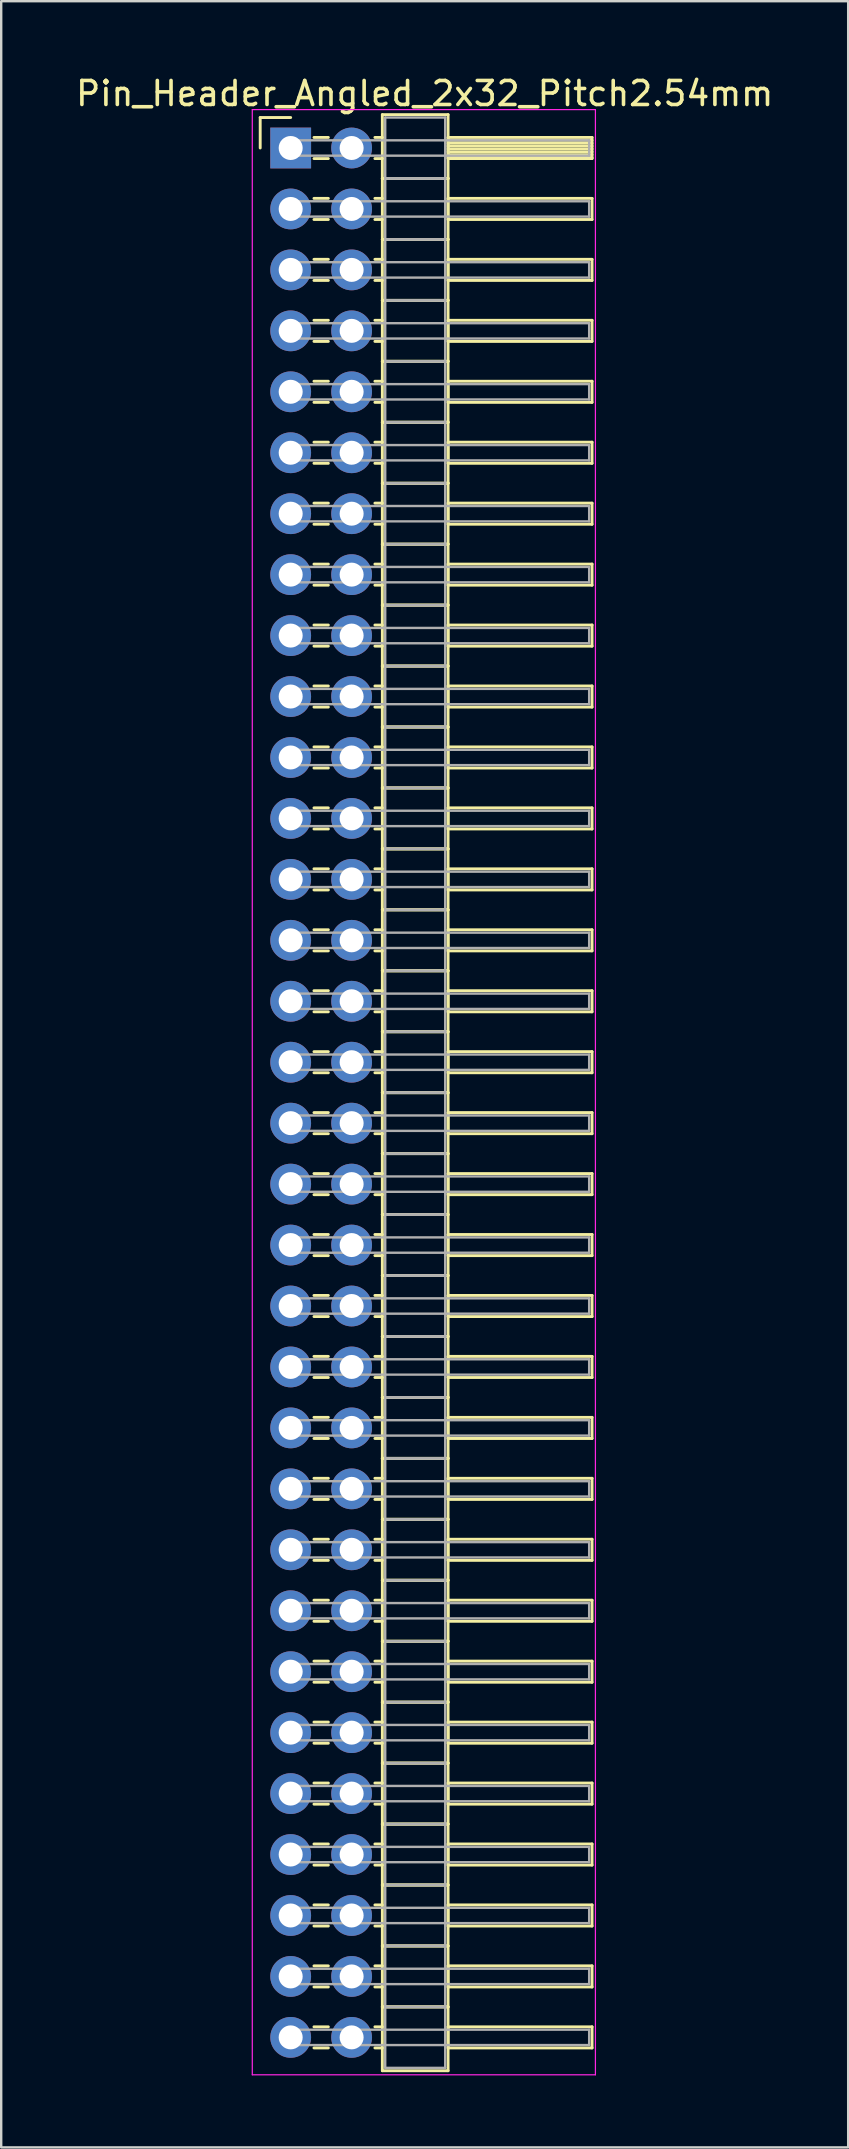
<source format=kicad_pcb>
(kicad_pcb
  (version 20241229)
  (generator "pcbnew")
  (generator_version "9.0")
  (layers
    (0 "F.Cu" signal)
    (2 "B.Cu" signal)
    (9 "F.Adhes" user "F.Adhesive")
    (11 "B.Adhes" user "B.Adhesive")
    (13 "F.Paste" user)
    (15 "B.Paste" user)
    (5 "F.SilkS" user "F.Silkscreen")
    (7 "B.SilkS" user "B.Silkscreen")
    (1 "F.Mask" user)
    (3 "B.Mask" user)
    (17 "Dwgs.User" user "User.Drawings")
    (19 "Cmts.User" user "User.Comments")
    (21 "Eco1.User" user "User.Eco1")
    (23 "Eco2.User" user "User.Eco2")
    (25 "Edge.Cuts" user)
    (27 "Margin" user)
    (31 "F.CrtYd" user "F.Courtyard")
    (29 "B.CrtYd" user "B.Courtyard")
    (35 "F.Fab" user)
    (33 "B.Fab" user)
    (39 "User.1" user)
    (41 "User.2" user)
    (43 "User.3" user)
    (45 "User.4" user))
  (footprint "Pin_Header_Angled_2x32_Pitch2.54mm"
    (layer "F.Cu")
    (at 9.064 3.118)
    (property "Reference" "Pin_Header_Angled_2x32_Pitch2.54mm" (at 5.585 -2.27 0) (layer "F.SilkS") (effects (font (size 1 1) (thickness 0.15))))
    (attr through_hole)
    (fp_line (start -1.27 -1.27) (end 0 -1.27) (stroke (width 0.12) (type solid)) (layer "F.SilkS"))
    (fp_line (start -1.27 0) (end -1.27 -1.27) (stroke (width 0.12) (type solid)) (layer "F.SilkS"))
    (fp_line (start 0.97 -0.44) (end 1.57 -0.44) (stroke (width 0.12) (type solid)) (layer "F.SilkS"))
    (fp_line (start 0.97 0.44) (end 1.57 0.44) (stroke (width 0.12) (type solid)) (layer "F.SilkS"))
    (fp_line (start 0.97 2.1) (end 1.57 2.1) (stroke (width 0.12) (type solid)) (layer "F.SilkS"))
    (fp_line (start 0.97 2.98) (end 1.57 2.98) (stroke (width 0.12) (type solid)) (layer "F.SilkS"))
    (fp_line (start 0.97 4.64) (end 1.57 4.64) (stroke (width 0.12) (type solid)) (layer "F.SilkS"))
    (fp_line (start 0.97 5.52) (end 1.57 5.52) (stroke (width 0.12) (type solid)) (layer "F.SilkS"))
    (fp_line (start 0.97 7.18) (end 1.57 7.18) (stroke (width 0.12) (type solid)) (layer "F.SilkS"))
    (fp_line (start 0.97 8.06) (end 1.57 8.06) (stroke (width 0.12) (type solid)) (layer "F.SilkS"))
    (fp_line (start 0.97 9.72) (end 1.57 9.72) (stroke (width 0.12) (type solid)) (layer "F.SilkS"))
    (fp_line (start 0.97 10.6) (end 1.57 10.6) (stroke (width 0.12) (type solid)) (layer "F.SilkS"))
    (fp_line (start 0.97 12.26) (end 1.57 12.26) (stroke (width 0.12) (type solid)) (layer "F.SilkS"))
    (fp_line (start 0.97 13.14) (end 1.57 13.14) (stroke (width 0.12) (type solid)) (layer "F.SilkS"))
    (fp_line (start 0.97 14.8) (end 1.57 14.8) (stroke (width 0.12) (type solid)) (layer "F.SilkS"))
    (fp_line (start 0.97 15.68) (end 1.57 15.68) (stroke (width 0.12) (type solid)) (layer "F.SilkS"))
    (fp_line (start 0.97 17.34) (end 1.57 17.34) (stroke (width 0.12) (type solid)) (layer "F.SilkS"))
    (fp_line (start 0.97 18.22) (end 1.57 18.22) (stroke (width 0.12) (type solid)) (layer "F.SilkS"))
    (fp_line (start 0.97 19.88) (end 1.57 19.88) (stroke (width 0.12) (type solid)) (layer "F.SilkS"))
    (fp_line (start 0.97 20.76) (end 1.57 20.76) (stroke (width 0.12) (type solid)) (layer "F.SilkS"))
    (fp_line (start 0.97 22.42) (end 1.57 22.42) (stroke (width 0.12) (type solid)) (layer "F.SilkS"))
    (fp_line (start 0.97 23.3) (end 1.57 23.3) (stroke (width 0.12) (type solid)) (layer "F.SilkS"))
    (fp_line (start 0.97 24.96) (end 1.57 24.96) (stroke (width 0.12) (type solid)) (layer "F.SilkS"))
    (fp_line (start 0.97 25.84) (end 1.57 25.84) (stroke (width 0.12) (type solid)) (layer "F.SilkS"))
    (fp_line (start 0.97 27.5) (end 1.57 27.5) (stroke (width 0.12) (type solid)) (layer "F.SilkS"))
    (fp_line (start 0.97 28.38) (end 1.57 28.38) (stroke (width 0.12) (type solid)) (layer "F.SilkS"))
    (fp_line (start 0.97 30.04) (end 1.57 30.04) (stroke (width 0.12) (type solid)) (layer "F.SilkS"))
    (fp_line (start 0.97 30.92) (end 1.57 30.92) (stroke (width 0.12) (type solid)) (layer "F.SilkS"))
    (fp_line (start 0.97 32.58) (end 1.57 32.58) (stroke (width 0.12) (type solid)) (layer "F.SilkS"))
    (fp_line (start 0.97 33.46) (end 1.57 33.46) (stroke (width 0.12) (type solid)) (layer "F.SilkS"))
    (fp_line (start 0.97 35.12) (end 1.57 35.12) (stroke (width 0.12) (type solid)) (layer "F.SilkS"))
    (fp_line (start 0.97 36) (end 1.57 36) (stroke (width 0.12) (type solid)) (layer "F.SilkS"))
    (fp_line (start 0.97 37.66) (end 1.57 37.66) (stroke (width 0.12) (type solid)) (layer "F.SilkS"))
    (fp_line (start 0.97 38.54) (end 1.57 38.54) (stroke (width 0.12) (type solid)) (layer "F.SilkS"))
    (fp_line (start 0.97 40.2) (end 1.57 40.2) (stroke (width 0.12) (type solid)) (layer "F.SilkS"))
    (fp_line (start 0.97 41.08) (end 1.57 41.08) (stroke (width 0.12) (type solid)) (layer "F.SilkS"))
    (fp_line (start 0.97 42.74) (end 1.57 42.74) (stroke (width 0.12) (type solid)) (layer "F.SilkS"))
    (fp_line (start 0.97 43.62) (end 1.57 43.62) (stroke (width 0.12) (type solid)) (layer "F.SilkS"))
    (fp_line (start 0.97 45.28) (end 1.57 45.28) (stroke (width 0.12) (type solid)) (layer "F.SilkS"))
    (fp_line (start 0.97 46.16) (end 1.57 46.16) (stroke (width 0.12) (type solid)) (layer "F.SilkS"))
    (fp_line (start 0.97 47.82) (end 1.57 47.82) (stroke (width 0.12) (type solid)) (layer "F.SilkS"))
    (fp_line (start 0.97 48.7) (end 1.57 48.7) (stroke (width 0.12) (type solid)) (layer "F.SilkS"))
    (fp_line (start 0.97 50.36) (end 1.57 50.36) (stroke (width 0.12) (type solid)) (layer "F.SilkS"))
    (fp_line (start 0.97 51.24) (end 1.57 51.24) (stroke (width 0.12) (type solid)) (layer "F.SilkS"))
    (fp_line (start 0.97 52.9) (end 1.57 52.9) (stroke (width 0.12) (type solid)) (layer "F.SilkS"))
    (fp_line (start 0.97 53.78) (end 1.57 53.78) (stroke (width 0.12) (type solid)) (layer "F.SilkS"))
    (fp_line (start 0.97 55.44) (end 1.57 55.44) (stroke (width 0.12) (type solid)) (layer "F.SilkS"))
    (fp_line (start 0.97 56.32) (end 1.57 56.32) (stroke (width 0.12) (type solid)) (layer "F.SilkS"))
    (fp_line (start 0.97 57.98) (end 1.57 57.98) (stroke (width 0.12) (type solid)) (layer "F.SilkS"))
    (fp_line (start 0.97 58.86) (end 1.57 58.86) (stroke (width 0.12) (type solid)) (layer "F.SilkS"))
    (fp_line (start 0.97 60.52) (end 1.57 60.52) (stroke (width 0.12) (type solid)) (layer "F.SilkS"))
    (fp_line (start 0.97 61.4) (end 1.57 61.4) (stroke (width 0.12) (type solid)) (layer "F.SilkS"))
    (fp_line (start 0.97 63.06) (end 1.57 63.06) (stroke (width 0.12) (type solid)) (layer "F.SilkS"))
    (fp_line (start 0.97 63.94) (end 1.57 63.94) (stroke (width 0.12) (type solid)) (layer "F.SilkS"))
    (fp_line (start 0.97 65.6) (end 1.57 65.6) (stroke (width 0.12) (type solid)) (layer "F.SilkS"))
    (fp_line (start 0.97 66.48) (end 1.57 66.48) (stroke (width 0.12) (type solid)) (layer "F.SilkS"))
    (fp_line (start 0.97 68.14) (end 1.57 68.14) (stroke (width 0.12) (type solid)) (layer "F.SilkS"))
    (fp_line (start 0.97 69.02) (end 1.57 69.02) (stroke (width 0.12) (type solid)) (layer "F.SilkS"))
    (fp_line (start 0.97 70.68) (end 1.57 70.68) (stroke (width 0.12) (type solid)) (layer "F.SilkS"))
    (fp_line (start 0.97 71.56) (end 1.57 71.56) (stroke (width 0.12) (type solid)) (layer "F.SilkS"))
    (fp_line (start 0.97 73.22) (end 1.57 73.22) (stroke (width 0.12) (type solid)) (layer "F.SilkS"))
    (fp_line (start 0.97 74.1) (end 1.57 74.1) (stroke (width 0.12) (type solid)) (layer "F.SilkS"))
    (fp_line (start 0.97 75.76) (end 1.57 75.76) (stroke (width 0.12) (type solid)) (layer "F.SilkS"))
    (fp_line (start 0.97 76.64) (end 1.57 76.64) (stroke (width 0.12) (type solid)) (layer "F.SilkS"))
    (fp_line (start 0.97 78.3) (end 1.57 78.3) (stroke (width 0.12) (type solid)) (layer "F.SilkS"))
    (fp_line (start 0.97 79.18) (end 1.57 79.18) (stroke (width 0.12) (type solid)) (layer "F.SilkS"))
    (fp_line (start 3.51 -0.44) (end 3.82 -0.44) (stroke (width 0.12) (type solid)) (layer "F.SilkS"))
    (fp_line (start 3.51 0.44) (end 3.82 0.44) (stroke (width 0.12) (type solid)) (layer "F.SilkS"))
    (fp_line (start 3.51 2.1) (end 3.82 2.1) (stroke (width 0.12) (type solid)) (layer "F.SilkS"))
    (fp_line (start 3.51 2.98) (end 3.82 2.98) (stroke (width 0.12) (type solid)) (layer "F.SilkS"))
    (fp_line (start 3.51 4.64) (end 3.82 4.64) (stroke (width 0.12) (type solid)) (layer "F.SilkS"))
    (fp_line (start 3.51 5.52) (end 3.82 5.52) (stroke (width 0.12) (type solid)) (layer "F.SilkS"))
    (fp_line (start 3.51 7.18) (end 3.82 7.18) (stroke (width 0.12) (type solid)) (layer "F.SilkS"))
    (fp_line (start 3.51 8.06) (end 3.82 8.06) (stroke (width 0.12) (type solid)) (layer "F.SilkS"))
    (fp_line (start 3.51 9.72) (end 3.82 9.72) (stroke (width 0.12) (type solid)) (layer "F.SilkS"))
    (fp_line (start 3.51 10.6) (end 3.82 10.6) (stroke (width 0.12) (type solid)) (layer "F.SilkS"))
    (fp_line (start 3.51 12.26) (end 3.82 12.26) (stroke (width 0.12) (type solid)) (layer "F.SilkS"))
    (fp_line (start 3.51 13.14) (end 3.82 13.14) (stroke (width 0.12) (type solid)) (layer "F.SilkS"))
    (fp_line (start 3.51 14.8) (end 3.82 14.8) (stroke (width 0.12) (type solid)) (layer "F.SilkS"))
    (fp_line (start 3.51 15.68) (end 3.82 15.68) (stroke (width 0.12) (type solid)) (layer "F.SilkS"))
    (fp_line (start 3.51 17.34) (end 3.82 17.34) (stroke (width 0.12) (type solid)) (layer "F.SilkS"))
    (fp_line (start 3.51 18.22) (end 3.82 18.22) (stroke (width 0.12) (type solid)) (layer "F.SilkS"))
    (fp_line (start 3.51 19.88) (end 3.82 19.88) (stroke (width 0.12) (type solid)) (layer "F.SilkS"))
    (fp_line (start 3.51 20.76) (end 3.82 20.76) (stroke (width 0.12) (type solid)) (layer "F.SilkS"))
    (fp_line (start 3.51 22.42) (end 3.82 22.42) (stroke (width 0.12) (type solid)) (layer "F.SilkS"))
    (fp_line (start 3.51 23.3) (end 3.82 23.3) (stroke (width 0.12) (type solid)) (layer "F.SilkS"))
    (fp_line (start 3.51 24.96) (end 3.82 24.96) (stroke (width 0.12) (type solid)) (layer "F.SilkS"))
    (fp_line (start 3.51 25.84) (end 3.82 25.84) (stroke (width 0.12) (type solid)) (layer "F.SilkS"))
    (fp_line (start 3.51 27.5) (end 3.82 27.5) (stroke (width 0.12) (type solid)) (layer "F.SilkS"))
    (fp_line (start 3.51 28.38) (end 3.82 28.38) (stroke (width 0.12) (type solid)) (layer "F.SilkS"))
    (fp_line (start 3.51 30.04) (end 3.82 30.04) (stroke (width 0.12) (type solid)) (layer "F.SilkS"))
    (fp_line (start 3.51 30.92) (end 3.82 30.92) (stroke (width 0.12) (type solid)) (layer "F.SilkS"))
    (fp_line (start 3.51 32.58) (end 3.82 32.58) (stroke (width 0.12) (type solid)) (layer "F.SilkS"))
    (fp_line (start 3.51 33.46) (end 3.82 33.46) (stroke (width 0.12) (type solid)) (layer "F.SilkS"))
    (fp_line (start 3.51 35.12) (end 3.82 35.12) (stroke (width 0.12) (type solid)) (layer "F.SilkS"))
    (fp_line (start 3.51 36) (end 3.82 36) (stroke (width 0.12) (type solid)) (layer "F.SilkS"))
    (fp_line (start 3.51 37.66) (end 3.82 37.66) (stroke (width 0.12) (type solid)) (layer "F.SilkS"))
    (fp_line (start 3.51 38.54) (end 3.82 38.54) (stroke (width 0.12) (type solid)) (layer "F.SilkS"))
    (fp_line (start 3.51 40.2) (end 3.82 40.2) (stroke (width 0.12) (type solid)) (layer "F.SilkS"))
    (fp_line (start 3.51 41.08) (end 3.82 41.08) (stroke (width 0.12) (type solid)) (layer "F.SilkS"))
    (fp_line (start 3.51 42.74) (end 3.82 42.74) (stroke (width 0.12) (type solid)) (layer "F.SilkS"))
    (fp_line (start 3.51 43.62) (end 3.82 43.62) (stroke (width 0.12) (type solid)) (layer "F.SilkS"))
    (fp_line (start 3.51 45.28) (end 3.82 45.28) (stroke (width 0.12) (type solid)) (layer "F.SilkS"))
    (fp_line (start 3.51 46.16) (end 3.82 46.16) (stroke (width 0.12) (type solid)) (layer "F.SilkS"))
    (fp_line (start 3.51 47.82) (end 3.82 47.82) (stroke (width 0.12) (type solid)) (layer "F.SilkS"))
    (fp_line (start 3.51 48.7) (end 3.82 48.7) (stroke (width 0.12) (type solid)) (layer "F.SilkS"))
    (fp_line (start 3.51 50.36) (end 3.82 50.36) (stroke (width 0.12) (type solid)) (layer "F.SilkS"))
    (fp_line (start 3.51 51.24) (end 3.82 51.24) (stroke (width 0.12) (type solid)) (layer "F.SilkS"))
    (fp_line (start 3.51 52.9) (end 3.82 52.9) (stroke (width 0.12) (type solid)) (layer "F.SilkS"))
    (fp_line (start 3.51 53.78) (end 3.82 53.78) (stroke (width 0.12) (type solid)) (layer "F.SilkS"))
    (fp_line (start 3.51 55.44) (end 3.82 55.44) (stroke (width 0.12) (type solid)) (layer "F.SilkS"))
    (fp_line (start 3.51 56.32) (end 3.82 56.32) (stroke (width 0.12) (type solid)) (layer "F.SilkS"))
    (fp_line (start 3.51 57.98) (end 3.82 57.98) (stroke (width 0.12) (type solid)) (layer "F.SilkS"))
    (fp_line (start 3.51 58.86) (end 3.82 58.86) (stroke (width 0.12) (type solid)) (layer "F.SilkS"))
    (fp_line (start 3.51 60.52) (end 3.82 60.52) (stroke (width 0.12) (type solid)) (layer "F.SilkS"))
    (fp_line (start 3.51 61.4) (end 3.82 61.4) (stroke (width 0.12) (type solid)) (layer "F.SilkS"))
    (fp_line (start 3.51 63.06) (end 3.82 63.06) (stroke (width 0.12) (type solid)) (layer "F.SilkS"))
    (fp_line (start 3.51 63.94) (end 3.82 63.94) (stroke (width 0.12) (type solid)) (layer "F.SilkS"))
    (fp_line (start 3.51 65.6) (end 3.82 65.6) (stroke (width 0.12) (type solid)) (layer "F.SilkS"))
    (fp_line (start 3.51 66.48) (end 3.82 66.48) (stroke (width 0.12) (type solid)) (layer "F.SilkS"))
    (fp_line (start 3.51 68.14) (end 3.82 68.14) (stroke (width 0.12) (type solid)) (layer "F.SilkS"))
    (fp_line (start 3.51 69.02) (end 3.82 69.02) (stroke (width 0.12) (type solid)) (layer "F.SilkS"))
    (fp_line (start 3.51 70.68) (end 3.82 70.68) (stroke (width 0.12) (type solid)) (layer "F.SilkS"))
    (fp_line (start 3.51 71.56) (end 3.82 71.56) (stroke (width 0.12) (type solid)) (layer "F.SilkS"))
    (fp_line (start 3.51 73.22) (end 3.82 73.22) (stroke (width 0.12) (type solid)) (layer "F.SilkS"))
    (fp_line (start 3.51 74.1) (end 3.82 74.1) (stroke (width 0.12) (type solid)) (layer "F.SilkS"))
    (fp_line (start 3.51 75.76) (end 3.82 75.76) (stroke (width 0.12) (type solid)) (layer "F.SilkS"))
    (fp_line (start 3.51 76.64) (end 3.82 76.64) (stroke (width 0.12) (type solid)) (layer "F.SilkS"))
    (fp_line (start 3.51 78.3) (end 3.82 78.3) (stroke (width 0.12) (type solid)) (layer "F.SilkS"))
    (fp_line (start 3.51 79.18) (end 3.82 79.18) (stroke (width 0.12) (type solid)) (layer "F.SilkS"))
    (fp_line (start 3.82 -1.39) (end 3.82 1.27) (stroke (width 0.12) (type solid)) (layer "F.SilkS"))
    (fp_line (start 3.82 1.27) (end 3.82 3.81) (stroke (width 0.12) (type solid)) (layer "F.SilkS"))
    (fp_line (start 3.82 1.27) (end 6.56 1.27) (stroke (width 0.12) (type solid)) (layer "F.SilkS"))
    (fp_line (start 3.82 3.81) (end 3.82 6.35) (stroke (width 0.12) (type solid)) (layer "F.SilkS"))
    (fp_line (start 3.82 3.81) (end 6.56 3.81) (stroke (width 0.12) (type solid)) (layer "F.SilkS"))
    (fp_line (start 3.82 6.35) (end 3.82 8.89) (stroke (width 0.12) (type solid)) (layer "F.SilkS"))
    (fp_line (start 3.82 6.35) (end 6.56 6.35) (stroke (width 0.12) (type solid)) (layer "F.SilkS"))
    (fp_line (start 3.82 8.89) (end 3.82 11.43) (stroke (width 0.12) (type solid)) (layer "F.SilkS"))
    (fp_line (start 3.82 8.89) (end 6.56 8.89) (stroke (width 0.12) (type solid)) (layer "F.SilkS"))
    (fp_line (start 3.82 11.43) (end 3.82 13.97) (stroke (width 0.12) (type solid)) (layer "F.SilkS"))
    (fp_line (start 3.82 11.43) (end 6.56 11.43) (stroke (width 0.12) (type solid)) (layer "F.SilkS"))
    (fp_line (start 3.82 13.97) (end 3.82 16.51) (stroke (width 0.12) (type solid)) (layer "F.SilkS"))
    (fp_line (start 3.82 13.97) (end 6.56 13.97) (stroke (width 0.12) (type solid)) (layer "F.SilkS"))
    (fp_line (start 3.82 16.51) (end 3.82 19.05) (stroke (width 0.12) (type solid)) (layer "F.SilkS"))
    (fp_line (start 3.82 16.51) (end 6.56 16.51) (stroke (width 0.12) (type solid)) (layer "F.SilkS"))
    (fp_line (start 3.82 19.05) (end 3.82 21.59) (stroke (width 0.12) (type solid)) (layer "F.SilkS"))
    (fp_line (start 3.82 19.05) (end 6.56 19.05) (stroke (width 0.12) (type solid)) (layer "F.SilkS"))
    (fp_line (start 3.82 21.59) (end 3.82 24.13) (stroke (width 0.12) (type solid)) (layer "F.SilkS"))
    (fp_line (start 3.82 21.59) (end 6.56 21.59) (stroke (width 0.12) (type solid)) (layer "F.SilkS"))
    (fp_line (start 3.82 24.13) (end 3.82 26.67) (stroke (width 0.12) (type solid)) (layer "F.SilkS"))
    (fp_line (start 3.82 24.13) (end 6.56 24.13) (stroke (width 0.12) (type solid)) (layer "F.SilkS"))
    (fp_line (start 3.82 26.67) (end 3.82 29.21) (stroke (width 0.12) (type solid)) (layer "F.SilkS"))
    (fp_line (start 3.82 26.67) (end 6.56 26.67) (stroke (width 0.12) (type solid)) (layer "F.SilkS"))
    (fp_line (start 3.82 29.21) (end 3.82 31.75) (stroke (width 0.12) (type solid)) (layer "F.SilkS"))
    (fp_line (start 3.82 29.21) (end 6.56 29.21) (stroke (width 0.12) (type solid)) (layer "F.SilkS"))
    (fp_line (start 3.82 31.75) (end 3.82 34.29) (stroke (width 0.12) (type solid)) (layer "F.SilkS"))
    (fp_line (start 3.82 31.75) (end 6.56 31.75) (stroke (width 0.12) (type solid)) (layer "F.SilkS"))
    (fp_line (start 3.82 34.29) (end 3.82 36.83) (stroke (width 0.12) (type solid)) (layer "F.SilkS"))
    (fp_line (start 3.82 34.29) (end 6.56 34.29) (stroke (width 0.12) (type solid)) (layer "F.SilkS"))
    (fp_line (start 3.82 36.83) (end 3.82 39.37) (stroke (width 0.12) (type solid)) (layer "F.SilkS"))
    (fp_line (start 3.82 36.83) (end 6.56 36.83) (stroke (width 0.12) (type solid)) (layer "F.SilkS"))
    (fp_line (start 3.82 39.37) (end 3.82 41.91) (stroke (width 0.12) (type solid)) (layer "F.SilkS"))
    (fp_line (start 3.82 39.37) (end 6.56 39.37) (stroke (width 0.12) (type solid)) (layer "F.SilkS"))
    (fp_line (start 3.82 41.91) (end 3.82 44.45) (stroke (width 0.12) (type solid)) (layer "F.SilkS"))
    (fp_line (start 3.82 41.91) (end 6.56 41.91) (stroke (width 0.12) (type solid)) (layer "F.SilkS"))
    (fp_line (start 3.82 44.45) (end 3.82 46.99) (stroke (width 0.12) (type solid)) (layer "F.SilkS"))
    (fp_line (start 3.82 44.45) (end 6.56 44.45) (stroke (width 0.12) (type solid)) (layer "F.SilkS"))
    (fp_line (start 3.82 46.99) (end 3.82 49.53) (stroke (width 0.12) (type solid)) (layer "F.SilkS"))
    (fp_line (start 3.82 46.99) (end 6.56 46.99) (stroke (width 0.12) (type solid)) (layer "F.SilkS"))
    (fp_line (start 3.82 49.53) (end 3.82 52.07) (stroke (width 0.12) (type solid)) (layer "F.SilkS"))
    (fp_line (start 3.82 49.53) (end 6.56 49.53) (stroke (width 0.12) (type solid)) (layer "F.SilkS"))
    (fp_line (start 3.82 52.07) (end 3.82 54.61) (stroke (width 0.12) (type solid)) (layer "F.SilkS"))
    (fp_line (start 3.82 52.07) (end 6.56 52.07) (stroke (width 0.12) (type solid)) (layer "F.SilkS"))
    (fp_line (start 3.82 54.61) (end 3.82 57.15) (stroke (width 0.12) (type solid)) (layer "F.SilkS"))
    (fp_line (start 3.82 54.61) (end 6.56 54.61) (stroke (width 0.12) (type solid)) (layer "F.SilkS"))
    (fp_line (start 3.82 57.15) (end 3.82 59.69) (stroke (width 0.12) (type solid)) (layer "F.SilkS"))
    (fp_line (start 3.82 57.15) (end 6.56 57.15) (stroke (width 0.12) (type solid)) (layer "F.SilkS"))
    (fp_line (start 3.82 59.69) (end 3.82 62.23) (stroke (width 0.12) (type solid)) (layer "F.SilkS"))
    (fp_line (start 3.82 59.69) (end 6.56 59.69) (stroke (width 0.12) (type solid)) (layer "F.SilkS"))
    (fp_line (start 3.82 62.23) (end 3.82 64.77) (stroke (width 0.12) (type solid)) (layer "F.SilkS"))
    (fp_line (start 3.82 62.23) (end 6.56 62.23) (stroke (width 0.12) (type solid)) (layer "F.SilkS"))
    (fp_line (start 3.82 64.77) (end 3.82 67.31) (stroke (width 0.12) (type solid)) (layer "F.SilkS"))
    (fp_line (start 3.82 64.77) (end 6.56 64.77) (stroke (width 0.12) (type solid)) (layer "F.SilkS"))
    (fp_line (start 3.82 67.31) (end 3.82 69.85) (stroke (width 0.12) (type solid)) (layer "F.SilkS"))
    (fp_line (start 3.82 67.31) (end 6.56 67.31) (stroke (width 0.12) (type solid)) (layer "F.SilkS"))
    (fp_line (start 3.82 69.85) (end 3.82 72.39) (stroke (width 0.12) (type solid)) (layer "F.SilkS"))
    (fp_line (start 3.82 69.85) (end 6.56 69.85) (stroke (width 0.12) (type solid)) (layer "F.SilkS"))
    (fp_line (start 3.82 72.39) (end 3.82 74.93) (stroke (width 0.12) (type solid)) (layer "F.SilkS"))
    (fp_line (start 3.82 72.39) (end 6.56 72.39) (stroke (width 0.12) (type solid)) (layer "F.SilkS"))
    (fp_line (start 3.82 74.93) (end 3.82 77.47) (stroke (width 0.12) (type solid)) (layer "F.SilkS"))
    (fp_line (start 3.82 74.93) (end 6.56 74.93) (stroke (width 0.12) (type solid)) (layer "F.SilkS"))
    (fp_line (start 3.82 77.47) (end 3.82 80.13) (stroke (width 0.12) (type solid)) (layer "F.SilkS"))
    (fp_line (start 3.82 77.47) (end 6.56 77.47) (stroke (width 0.12) (type solid)) (layer "F.SilkS"))
    (fp_line (start 3.82 80.13) (end 6.56 80.13) (stroke (width 0.12) (type solid)) (layer "F.SilkS"))
    (fp_line (start 6.56 -1.39) (end 3.82 -1.39) (stroke (width 0.12) (type solid)) (layer "F.SilkS"))
    (fp_line (start 6.56 -0.44) (end 6.56 0.44) (stroke (width 0.12) (type solid)) (layer "F.SilkS"))
    (fp_line (start 6.56 -0.32) (end 12.56 -0.32) (stroke (width 0.12) (type solid)) (layer "F.SilkS"))
    (fp_line (start 6.56 -0.2) (end 12.56 -0.2) (stroke (width 0.12) (type solid)) (layer "F.SilkS"))
    (fp_line (start 6.56 -0.08) (end 12.56 -0.08) (stroke (width 0.12) (type solid)) (layer "F.SilkS"))
    (fp_line (start 6.56 0.04) (end 12.56 0.04) (stroke (width 0.12) (type solid)) (layer "F.SilkS"))
    (fp_line (start 6.56 0.16) (end 12.56 0.16) (stroke (width 0.12) (type solid)) (layer "F.SilkS"))
    (fp_line (start 6.56 0.28) (end 12.56 0.28) (stroke (width 0.12) (type solid)) (layer "F.SilkS"))
    (fp_line (start 6.56 0.4) (end 12.56 0.4) (stroke (width 0.12) (type solid)) (layer "F.SilkS"))
    (fp_line (start 6.56 0.44) (end 12.56 0.44) (stroke (width 0.12) (type solid)) (layer "F.SilkS"))
    (fp_line (start 6.56 1.27) (end 3.82 1.27) (stroke (width 0.12) (type solid)) (layer "F.SilkS"))
    (fp_line (start 6.56 1.27) (end 6.56 -1.39) (stroke (width 0.12) (type solid)) (layer "F.SilkS"))
    (fp_line (start 6.56 2.1) (end 6.56 2.98) (stroke (width 0.12) (type solid)) (layer "F.SilkS"))
    (fp_line (start 6.56 2.98) (end 12.56 2.98) (stroke (width 0.12) (type solid)) (layer "F.SilkS"))
    (fp_line (start 6.56 3.81) (end 3.82 3.81) (stroke (width 0.12) (type solid)) (layer "F.SilkS"))
    (fp_line (start 6.56 3.81) (end 6.56 1.27) (stroke (width 0.12) (type solid)) (layer "F.SilkS"))
    (fp_line (start 6.56 4.64) (end 6.56 5.52) (stroke (width 0.12) (type solid)) (layer "F.SilkS"))
    (fp_line (start 6.56 5.52) (end 12.56 5.52) (stroke (width 0.12) (type solid)) (layer "F.SilkS"))
    (fp_line (start 6.56 6.35) (end 3.82 6.35) (stroke (width 0.12) (type solid)) (layer "F.SilkS"))
    (fp_line (start 6.56 6.35) (end 6.56 3.81) (stroke (width 0.12) (type solid)) (layer "F.SilkS"))
    (fp_line (start 6.56 7.18) (end 6.56 8.06) (stroke (width 0.12) (type solid)) (layer "F.SilkS"))
    (fp_line (start 6.56 8.06) (end 12.56 8.06) (stroke (width 0.12) (type solid)) (layer "F.SilkS"))
    (fp_line (start 6.56 8.89) (end 3.82 8.89) (stroke (width 0.12) (type solid)) (layer "F.SilkS"))
    (fp_line (start 6.56 8.89) (end 6.56 6.35) (stroke (width 0.12) (type solid)) (layer "F.SilkS"))
    (fp_line (start 6.56 9.72) (end 6.56 10.6) (stroke (width 0.12) (type solid)) (layer "F.SilkS"))
    (fp_line (start 6.56 10.6) (end 12.56 10.6) (stroke (width 0.12) (type solid)) (layer "F.SilkS"))
    (fp_line (start 6.56 11.43) (end 3.82 11.43) (stroke (width 0.12) (type solid)) (layer "F.SilkS"))
    (fp_line (start 6.56 11.43) (end 6.56 8.89) (stroke (width 0.12) (type solid)) (layer "F.SilkS"))
    (fp_line (start 6.56 12.26) (end 6.56 13.14) (stroke (width 0.12) (type solid)) (layer "F.SilkS"))
    (fp_line (start 6.56 13.14) (end 12.56 13.14) (stroke (width 0.12) (type solid)) (layer "F.SilkS"))
    (fp_line (start 6.56 13.97) (end 3.82 13.97) (stroke (width 0.12) (type solid)) (layer "F.SilkS"))
    (fp_line (start 6.56 13.97) (end 6.56 11.43) (stroke (width 0.12) (type solid)) (layer "F.SilkS"))
    (fp_line (start 6.56 14.8) (end 6.56 15.68) (stroke (width 0.12) (type solid)) (layer "F.SilkS"))
    (fp_line (start 6.56 15.68) (end 12.56 15.68) (stroke (width 0.12) (type solid)) (layer "F.SilkS"))
    (fp_line (start 6.56 16.51) (end 3.82 16.51) (stroke (width 0.12) (type solid)) (layer "F.SilkS"))
    (fp_line (start 6.56 16.51) (end 6.56 13.97) (stroke (width 0.12) (type solid)) (layer "F.SilkS"))
    (fp_line (start 6.56 17.34) (end 6.56 18.22) (stroke (width 0.12) (type solid)) (layer "F.SilkS"))
    (fp_line (start 6.56 18.22) (end 12.56 18.22) (stroke (width 0.12) (type solid)) (layer "F.SilkS"))
    (fp_line (start 6.56 19.05) (end 3.82 19.05) (stroke (width 0.12) (type solid)) (layer "F.SilkS"))
    (fp_line (start 6.56 19.05) (end 6.56 16.51) (stroke (width 0.12) (type solid)) (layer "F.SilkS"))
    (fp_line (start 6.56 19.88) (end 6.56 20.76) (stroke (width 0.12) (type solid)) (layer "F.SilkS"))
    (fp_line (start 6.56 20.76) (end 12.56 20.76) (stroke (width 0.12) (type solid)) (layer "F.SilkS"))
    (fp_line (start 6.56 21.59) (end 3.82 21.59) (stroke (width 0.12) (type solid)) (layer "F.SilkS"))
    (fp_line (start 6.56 21.59) (end 6.56 19.05) (stroke (width 0.12) (type solid)) (layer "F.SilkS"))
    (fp_line (start 6.56 22.42) (end 6.56 23.3) (stroke (width 0.12) (type solid)) (layer "F.SilkS"))
    (fp_line (start 6.56 23.3) (end 12.56 23.3) (stroke (width 0.12) (type solid)) (layer "F.SilkS"))
    (fp_line (start 6.56 24.13) (end 3.82 24.13) (stroke (width 0.12) (type solid)) (layer "F.SilkS"))
    (fp_line (start 6.56 24.13) (end 6.56 21.59) (stroke (width 0.12) (type solid)) (layer "F.SilkS"))
    (fp_line (start 6.56 24.96) (end 6.56 25.84) (stroke (width 0.12) (type solid)) (layer "F.SilkS"))
    (fp_line (start 6.56 25.84) (end 12.56 25.84) (stroke (width 0.12) (type solid)) (layer "F.SilkS"))
    (fp_line (start 6.56 26.67) (end 3.82 26.67) (stroke (width 0.12) (type solid)) (layer "F.SilkS"))
    (fp_line (start 6.56 26.67) (end 6.56 24.13) (stroke (width 0.12) (type solid)) (layer "F.SilkS"))
    (fp_line (start 6.56 27.5) (end 6.56 28.38) (stroke (width 0.12) (type solid)) (layer "F.SilkS"))
    (fp_line (start 6.56 28.38) (end 12.56 28.38) (stroke (width 0.12) (type solid)) (layer "F.SilkS"))
    (fp_line (start 6.56 29.21) (end 3.82 29.21) (stroke (width 0.12) (type solid)) (layer "F.SilkS"))
    (fp_line (start 6.56 29.21) (end 6.56 26.67) (stroke (width 0.12) (type solid)) (layer "F.SilkS"))
    (fp_line (start 6.56 30.04) (end 6.56 30.92) (stroke (width 0.12) (type solid)) (layer "F.SilkS"))
    (fp_line (start 6.56 30.92) (end 12.56 30.92) (stroke (width 0.12) (type solid)) (layer "F.SilkS"))
    (fp_line (start 6.56 31.75) (end 3.82 31.75) (stroke (width 0.12) (type solid)) (layer "F.SilkS"))
    (fp_line (start 6.56 31.75) (end 6.56 29.21) (stroke (width 0.12) (type solid)) (layer "F.SilkS"))
    (fp_line (start 6.56 32.58) (end 6.56 33.46) (stroke (width 0.12) (type solid)) (layer "F.SilkS"))
    (fp_line (start 6.56 33.46) (end 12.56 33.46) (stroke (width 0.12) (type solid)) (layer "F.SilkS"))
    (fp_line (start 6.56 34.29) (end 3.82 34.29) (stroke (width 0.12) (type solid)) (layer "F.SilkS"))
    (fp_line (start 6.56 34.29) (end 6.56 31.75) (stroke (width 0.12) (type solid)) (layer "F.SilkS"))
    (fp_line (start 6.56 35.12) (end 6.56 36) (stroke (width 0.12) (type solid)) (layer "F.SilkS"))
    (fp_line (start 6.56 36) (end 12.56 36) (stroke (width 0.12) (type solid)) (layer "F.SilkS"))
    (fp_line (start 6.56 36.83) (end 3.82 36.83) (stroke (width 0.12) (type solid)) (layer "F.SilkS"))
    (fp_line (start 6.56 36.83) (end 6.56 34.29) (stroke (width 0.12) (type solid)) (layer "F.SilkS"))
    (fp_line (start 6.56 37.66) (end 6.56 38.54) (stroke (width 0.12) (type solid)) (layer "F.SilkS"))
    (fp_line (start 6.56 38.54) (end 12.56 38.54) (stroke (width 0.12) (type solid)) (layer "F.SilkS"))
    (fp_line (start 6.56 39.37) (end 3.82 39.37) (stroke (width 0.12) (type solid)) (layer "F.SilkS"))
    (fp_line (start 6.56 39.37) (end 6.56 36.83) (stroke (width 0.12) (type solid)) (layer "F.SilkS"))
    (fp_line (start 6.56 40.2) (end 6.56 41.08) (stroke (width 0.12) (type solid)) (layer "F.SilkS"))
    (fp_line (start 6.56 41.08) (end 12.56 41.08) (stroke (width 0.12) (type solid)) (layer "F.SilkS"))
    (fp_line (start 6.56 41.91) (end 3.82 41.91) (stroke (width 0.12) (type solid)) (layer "F.SilkS"))
    (fp_line (start 6.56 41.91) (end 6.56 39.37) (stroke (width 0.12) (type solid)) (layer "F.SilkS"))
    (fp_line (start 6.56 42.74) (end 6.56 43.62) (stroke (width 0.12) (type solid)) (layer "F.SilkS"))
    (fp_line (start 6.56 43.62) (end 12.56 43.62) (stroke (width 0.12) (type solid)) (layer "F.SilkS"))
    (fp_line (start 6.56 44.45) (end 3.82 44.45) (stroke (width 0.12) (type solid)) (layer "F.SilkS"))
    (fp_line (start 6.56 44.45) (end 6.56 41.91) (stroke (width 0.12) (type solid)) (layer "F.SilkS"))
    (fp_line (start 6.56 45.28) (end 6.56 46.16) (stroke (width 0.12) (type solid)) (layer "F.SilkS"))
    (fp_line (start 6.56 46.16) (end 12.56 46.16) (stroke (width 0.12) (type solid)) (layer "F.SilkS"))
    (fp_line (start 6.56 46.99) (end 3.82 46.99) (stroke (width 0.12) (type solid)) (layer "F.SilkS"))
    (fp_line (start 6.56 46.99) (end 6.56 44.45) (stroke (width 0.12) (type solid)) (layer "F.SilkS"))
    (fp_line (start 6.56 47.82) (end 6.56 48.7) (stroke (width 0.12) (type solid)) (layer "F.SilkS"))
    (fp_line (start 6.56 48.7) (end 12.56 48.7) (stroke (width 0.12) (type solid)) (layer "F.SilkS"))
    (fp_line (start 6.56 49.53) (end 3.82 49.53) (stroke (width 0.12) (type solid)) (layer "F.SilkS"))
    (fp_line (start 6.56 49.53) (end 6.56 46.99) (stroke (width 0.12) (type solid)) (layer "F.SilkS"))
    (fp_line (start 6.56 50.36) (end 6.56 51.24) (stroke (width 0.12) (type solid)) (layer "F.SilkS"))
    (fp_line (start 6.56 51.24) (end 12.56 51.24) (stroke (width 0.12) (type solid)) (layer "F.SilkS"))
    (fp_line (start 6.56 52.07) (end 3.82 52.07) (stroke (width 0.12) (type solid)) (layer "F.SilkS"))
    (fp_line (start 6.56 52.07) (end 6.56 49.53) (stroke (width 0.12) (type solid)) (layer "F.SilkS"))
    (fp_line (start 6.56 52.9) (end 6.56 53.78) (stroke (width 0.12) (type solid)) (layer "F.SilkS"))
    (fp_line (start 6.56 53.78) (end 12.56 53.78) (stroke (width 0.12) (type solid)) (layer "F.SilkS"))
    (fp_line (start 6.56 54.61) (end 3.82 54.61) (stroke (width 0.12) (type solid)) (layer "F.SilkS"))
    (fp_line (start 6.56 54.61) (end 6.56 52.07) (stroke (width 0.12) (type solid)) (layer "F.SilkS"))
    (fp_line (start 6.56 55.44) (end 6.56 56.32) (stroke (width 0.12) (type solid)) (layer "F.SilkS"))
    (fp_line (start 6.56 56.32) (end 12.56 56.32) (stroke (width 0.12) (type solid)) (layer "F.SilkS"))
    (fp_line (start 6.56 57.15) (end 3.82 57.15) (stroke (width 0.12) (type solid)) (layer "F.SilkS"))
    (fp_line (start 6.56 57.15) (end 6.56 54.61) (stroke (width 0.12) (type solid)) (layer "F.SilkS"))
    (fp_line (start 6.56 57.98) (end 6.56 58.86) (stroke (width 0.12) (type solid)) (layer "F.SilkS"))
    (fp_line (start 6.56 58.86) (end 12.56 58.86) (stroke (width 0.12) (type solid)) (layer "F.SilkS"))
    (fp_line (start 6.56 59.69) (end 3.82 59.69) (stroke (width 0.12) (type solid)) (layer "F.SilkS"))
    (fp_line (start 6.56 59.69) (end 6.56 57.15) (stroke (width 0.12) (type solid)) (layer "F.SilkS"))
    (fp_line (start 6.56 60.52) (end 6.56 61.4) (stroke (width 0.12) (type solid)) (layer "F.SilkS"))
    (fp_line (start 6.56 61.4) (end 12.56 61.4) (stroke (width 0.12) (type solid)) (layer "F.SilkS"))
    (fp_line (start 6.56 62.23) (end 3.82 62.23) (stroke (width 0.12) (type solid)) (layer "F.SilkS"))
    (fp_line (start 6.56 62.23) (end 6.56 59.69) (stroke (width 0.12) (type solid)) (layer "F.SilkS"))
    (fp_line (start 6.56 63.06) (end 6.56 63.94) (stroke (width 0.12) (type solid)) (layer "F.SilkS"))
    (fp_line (start 6.56 63.94) (end 12.56 63.94) (stroke (width 0.12) (type solid)) (layer "F.SilkS"))
    (fp_line (start 6.56 64.77) (end 3.82 64.77) (stroke (width 0.12) (type solid)) (layer "F.SilkS"))
    (fp_line (start 6.56 64.77) (end 6.56 62.23) (stroke (width 0.12) (type solid)) (layer "F.SilkS"))
    (fp_line (start 6.56 65.6) (end 6.56 66.48) (stroke (width 0.12) (type solid)) (layer "F.SilkS"))
    (fp_line (start 6.56 66.48) (end 12.56 66.48) (stroke (width 0.12) (type solid)) (layer "F.SilkS"))
    (fp_line (start 6.56 67.31) (end 3.82 67.31) (stroke (width 0.12) (type solid)) (layer "F.SilkS"))
    (fp_line (start 6.56 67.31) (end 6.56 64.77) (stroke (width 0.12) (type solid)) (layer "F.SilkS"))
    (fp_line (start 6.56 68.14) (end 6.56 69.02) (stroke (width 0.12) (type solid)) (layer "F.SilkS"))
    (fp_line (start 6.56 69.02) (end 12.56 69.02) (stroke (width 0.12) (type solid)) (layer "F.SilkS"))
    (fp_line (start 6.56 69.85) (end 3.82 69.85) (stroke (width 0.12) (type solid)) (layer "F.SilkS"))
    (fp_line (start 6.56 69.85) (end 6.56 67.31) (stroke (width 0.12) (type solid)) (layer "F.SilkS"))
    (fp_line (start 6.56 70.68) (end 6.56 71.56) (stroke (width 0.12) (type solid)) (layer "F.SilkS"))
    (fp_line (start 6.56 71.56) (end 12.56 71.56) (stroke (width 0.12) (type solid)) (layer "F.SilkS"))
    (fp_line (start 6.56 72.39) (end 3.82 72.39) (stroke (width 0.12) (type solid)) (layer "F.SilkS"))
    (fp_line (start 6.56 72.39) (end 6.56 69.85) (stroke (width 0.12) (type solid)) (layer "F.SilkS"))
    (fp_line (start 6.56 73.22) (end 6.56 74.1) (stroke (width 0.12) (type solid)) (layer "F.SilkS"))
    (fp_line (start 6.56 74.1) (end 12.56 74.1) (stroke (width 0.12) (type solid)) (layer "F.SilkS"))
    (fp_line (start 6.56 74.93) (end 3.82 74.93) (stroke (width 0.12) (type solid)) (layer "F.SilkS"))
    (fp_line (start 6.56 74.93) (end 6.56 72.39) (stroke (width 0.12) (type solid)) (layer "F.SilkS"))
    (fp_line (start 6.56 75.76) (end 6.56 76.64) (stroke (width 0.12) (type solid)) (layer "F.SilkS"))
    (fp_line (start 6.56 76.64) (end 12.56 76.64) (stroke (width 0.12) (type solid)) (layer "F.SilkS"))
    (fp_line (start 6.56 77.47) (end 3.82 77.47) (stroke (width 0.12) (type solid)) (layer "F.SilkS"))
    (fp_line (start 6.56 77.47) (end 6.56 74.93) (stroke (width 0.12) (type solid)) (layer "F.SilkS"))
    (fp_line (start 6.56 78.3) (end 6.56 79.18) (stroke (width 0.12) (type solid)) (layer "F.SilkS"))
    (fp_line (start 6.56 79.18) (end 12.56 79.18) (stroke (width 0.12) (type solid)) (layer "F.SilkS"))
    (fp_line (start 6.56 80.13) (end 6.56 77.47) (stroke (width 0.12) (type solid)) (layer "F.SilkS"))
    (fp_line (start 12.56 -0.44) (end 6.56 -0.44) (stroke (width 0.12) (type solid)) (layer "F.SilkS"))
    (fp_line (start 12.56 0.44) (end 12.56 -0.44) (stroke (width 0.12) (type solid)) (layer "F.SilkS"))
    (fp_line (start 12.56 2.1) (end 6.56 2.1) (stroke (width 0.12) (type solid)) (layer "F.SilkS"))
    (fp_line (start 12.56 2.98) (end 12.56 2.1) (stroke (width 0.12) (type solid)) (layer "F.SilkS"))
    (fp_line (start 12.56 4.64) (end 6.56 4.64) (stroke (width 0.12) (type solid)) (layer "F.SilkS"))
    (fp_line (start 12.56 5.52) (end 12.56 4.64) (stroke (width 0.12) (type solid)) (layer "F.SilkS"))
    (fp_line (start 12.56 7.18) (end 6.56 7.18) (stroke (width 0.12) (type solid)) (layer "F.SilkS"))
    (fp_line (start 12.56 8.06) (end 12.56 7.18) (stroke (width 0.12) (type solid)) (layer "F.SilkS"))
    (fp_line (start 12.56 9.72) (end 6.56 9.72) (stroke (width 0.12) (type solid)) (layer "F.SilkS"))
    (fp_line (start 12.56 10.6) (end 12.56 9.72) (stroke (width 0.12) (type solid)) (layer "F.SilkS"))
    (fp_line (start 12.56 12.26) (end 6.56 12.26) (stroke (width 0.12) (type solid)) (layer "F.SilkS"))
    (fp_line (start 12.56 13.14) (end 12.56 12.26) (stroke (width 0.12) (type solid)) (layer "F.SilkS"))
    (fp_line (start 12.56 14.8) (end 6.56 14.8) (stroke (width 0.12) (type solid)) (layer "F.SilkS"))
    (fp_line (start 12.56 15.68) (end 12.56 14.8) (stroke (width 0.12) (type solid)) (layer "F.SilkS"))
    (fp_line (start 12.56 17.34) (end 6.56 17.34) (stroke (width 0.12) (type solid)) (layer "F.SilkS"))
    (fp_line (start 12.56 18.22) (end 12.56 17.34) (stroke (width 0.12) (type solid)) (layer "F.SilkS"))
    (fp_line (start 12.56 19.88) (end 6.56 19.88) (stroke (width 0.12) (type solid)) (layer "F.SilkS"))
    (fp_line (start 12.56 20.76) (end 12.56 19.88) (stroke (width 0.12) (type solid)) (layer "F.SilkS"))
    (fp_line (start 12.56 22.42) (end 6.56 22.42) (stroke (width 0.12) (type solid)) (layer "F.SilkS"))
    (fp_line (start 12.56 23.3) (end 12.56 22.42) (stroke (width 0.12) (type solid)) (layer "F.SilkS"))
    (fp_line (start 12.56 24.96) (end 6.56 24.96) (stroke (width 0.12) (type solid)) (layer "F.SilkS"))
    (fp_line (start 12.56 25.84) (end 12.56 24.96) (stroke (width 0.12) (type solid)) (layer "F.SilkS"))
    (fp_line (start 12.56 27.5) (end 6.56 27.5) (stroke (width 0.12) (type solid)) (layer "F.SilkS"))
    (fp_line (start 12.56 28.38) (end 12.56 27.5) (stroke (width 0.12) (type solid)) (layer "F.SilkS"))
    (fp_line (start 12.56 30.04) (end 6.56 30.04) (stroke (width 0.12) (type solid)) (layer "F.SilkS"))
    (fp_line (start 12.56 30.92) (end 12.56 30.04) (stroke (width 0.12) (type solid)) (layer "F.SilkS"))
    (fp_line (start 12.56 32.58) (end 6.56 32.58) (stroke (width 0.12) (type solid)) (layer "F.SilkS"))
    (fp_line (start 12.56 33.46) (end 12.56 32.58) (stroke (width 0.12) (type solid)) (layer "F.SilkS"))
    (fp_line (start 12.56 35.12) (end 6.56 35.12) (stroke (width 0.12) (type solid)) (layer "F.SilkS"))
    (fp_line (start 12.56 36) (end 12.56 35.12) (stroke (width 0.12) (type solid)) (layer "F.SilkS"))
    (fp_line (start 12.56 37.66) (end 6.56 37.66) (stroke (width 0.12) (type solid)) (layer "F.SilkS"))
    (fp_line (start 12.56 38.54) (end 12.56 37.66) (stroke (width 0.12) (type solid)) (layer "F.SilkS"))
    (fp_line (start 12.56 40.2) (end 6.56 40.2) (stroke (width 0.12) (type solid)) (layer "F.SilkS"))
    (fp_line (start 12.56 41.08) (end 12.56 40.2) (stroke (width 0.12) (type solid)) (layer "F.SilkS"))
    (fp_line (start 12.56 42.74) (end 6.56 42.74) (stroke (width 0.12) (type solid)) (layer "F.SilkS"))
    (fp_line (start 12.56 43.62) (end 12.56 42.74) (stroke (width 0.12) (type solid)) (layer "F.SilkS"))
    (fp_line (start 12.56 45.28) (end 6.56 45.28) (stroke (width 0.12) (type solid)) (layer "F.SilkS"))
    (fp_line (start 12.56 46.16) (end 12.56 45.28) (stroke (width 0.12) (type solid)) (layer "F.SilkS"))
    (fp_line (start 12.56 47.82) (end 6.56 47.82) (stroke (width 0.12) (type solid)) (layer "F.SilkS"))
    (fp_line (start 12.56 48.7) (end 12.56 47.82) (stroke (width 0.12) (type solid)) (layer "F.SilkS"))
    (fp_line (start 12.56 50.36) (end 6.56 50.36) (stroke (width 0.12) (type solid)) (layer "F.SilkS"))
    (fp_line (start 12.56 51.24) (end 12.56 50.36) (stroke (width 0.12) (type solid)) (layer "F.SilkS"))
    (fp_line (start 12.56 52.9) (end 6.56 52.9) (stroke (width 0.12) (type solid)) (layer "F.SilkS"))
    (fp_line (start 12.56 53.78) (end 12.56 52.9) (stroke (width 0.12) (type solid)) (layer "F.SilkS"))
    (fp_line (start 12.56 55.44) (end 6.56 55.44) (stroke (width 0.12) (type solid)) (layer "F.SilkS"))
    (fp_line (start 12.56 56.32) (end 12.56 55.44) (stroke (width 0.12) (type solid)) (layer "F.SilkS"))
    (fp_line (start 12.56 57.98) (end 6.56 57.98) (stroke (width 0.12) (type solid)) (layer "F.SilkS"))
    (fp_line (start 12.56 58.86) (end 12.56 57.98) (stroke (width 0.12) (type solid)) (layer "F.SilkS"))
    (fp_line (start 12.56 60.52) (end 6.56 60.52) (stroke (width 0.12) (type solid)) (layer "F.SilkS"))
    (fp_line (start 12.56 61.4) (end 12.56 60.52) (stroke (width 0.12) (type solid)) (layer "F.SilkS"))
    (fp_line (start 12.56 63.06) (end 6.56 63.06) (stroke (width 0.12) (type solid)) (layer "F.SilkS"))
    (fp_line (start 12.56 63.94) (end 12.56 63.06) (stroke (width 0.12) (type solid)) (layer "F.SilkS"))
    (fp_line (start 12.56 65.6) (end 6.56 65.6) (stroke (width 0.12) (type solid)) (layer "F.SilkS"))
    (fp_line (start 12.56 66.48) (end 12.56 65.6) (stroke (width 0.12) (type solid)) (layer "F.SilkS"))
    (fp_line (start 12.56 68.14) (end 6.56 68.14) (stroke (width 0.12) (type solid)) (layer "F.SilkS"))
    (fp_line (start 12.56 69.02) (end 12.56 68.14) (stroke (width 0.12) (type solid)) (layer "F.SilkS"))
    (fp_line (start 12.56 70.68) (end 6.56 70.68) (stroke (width 0.12) (type solid)) (layer "F.SilkS"))
    (fp_line (start 12.56 71.56) (end 12.56 70.68) (stroke (width 0.12) (type solid)) (layer "F.SilkS"))
    (fp_line (start 12.56 73.22) (end 6.56 73.22) (stroke (width 0.12) (type solid)) (layer "F.SilkS"))
    (fp_line (start 12.56 74.1) (end 12.56 73.22) (stroke (width 0.12) (type solid)) (layer "F.SilkS"))
    (fp_line (start 12.56 75.76) (end 6.56 75.76) (stroke (width 0.12) (type solid)) (layer "F.SilkS"))
    (fp_line (start 12.56 76.64) (end 12.56 75.76) (stroke (width 0.12) (type solid)) (layer "F.SilkS"))
    (fp_line (start 12.56 78.3) (end 6.56 78.3) (stroke (width 0.12) (type solid)) (layer "F.SilkS"))
    (fp_line (start 12.56 79.18) (end 12.56 78.3) (stroke (width 0.12) (type solid)) (layer "F.SilkS"))
    (fp_line (start -1.6 -1.6) (end -1.6 80.3) (stroke (width 0.05) (type solid)) (layer "F.CrtYd"))
    (fp_line (start -1.6 80.3) (end 12.7 80.3) (stroke (width 0.05) (type solid)) (layer "F.CrtYd"))
    (fp_line (start 12.7 -1.6) (end -1.6 -1.6) (stroke (width 0.05) (type solid)) (layer "F.CrtYd"))
    (fp_line (start 12.7 80.3) (end 12.7 -1.6) (stroke (width 0.05) (type solid)) (layer "F.CrtYd"))
    (fp_line (start 0 -0.32) (end 0 0.32) (stroke (width 0.1) (type solid)) (layer "F.Fab"))
    (fp_line (start 0 0.32) (end 12.44 0.32) (stroke (width 0.1) (type solid)) (layer "F.Fab"))
    (fp_line (start 0 2.22) (end 0 2.86) (stroke (width 0.1) (type solid)) (layer "F.Fab"))
    (fp_line (start 0 2.86) (end 12.44 2.86) (stroke (width 0.1) (type solid)) (layer "F.Fab"))
    (fp_line (start 0 4.76) (end 0 5.4) (stroke (width 0.1) (type solid)) (layer "F.Fab"))
    (fp_line (start 0 5.4) (end 12.44 5.4) (stroke (width 0.1) (type solid)) (layer "F.Fab"))
    (fp_line (start 0 7.3) (end 0 7.94) (stroke (width 0.1) (type solid)) (layer "F.Fab"))
    (fp_line (start 0 7.94) (end 12.44 7.94) (stroke (width 0.1) (type solid)) (layer "F.Fab"))
    (fp_line (start 0 9.84) (end 0 10.48) (stroke (width 0.1) (type solid)) (layer "F.Fab"))
    (fp_line (start 0 10.48) (end 12.44 10.48) (stroke (width 0.1) (type solid)) (layer "F.Fab"))
    (fp_line (start 0 12.38) (end 0 13.02) (stroke (width 0.1) (type solid)) (layer "F.Fab"))
    (fp_line (start 0 13.02) (end 12.44 13.02) (stroke (width 0.1) (type solid)) (layer "F.Fab"))
    (fp_line (start 0 14.92) (end 0 15.56) (stroke (width 0.1) (type solid)) (layer "F.Fab"))
    (fp_line (start 0 15.56) (end 12.44 15.56) (stroke (width 0.1) (type solid)) (layer "F.Fab"))
    (fp_line (start 0 17.46) (end 0 18.1) (stroke (width 0.1) (type solid)) (layer "F.Fab"))
    (fp_line (start 0 18.1) (end 12.44 18.1) (stroke (width 0.1) (type solid)) (layer "F.Fab"))
    (fp_line (start 0 20) (end 0 20.64) (stroke (width 0.1) (type solid)) (layer "F.Fab"))
    (fp_line (start 0 20.64) (end 12.44 20.64) (stroke (width 0.1) (type solid)) (layer "F.Fab"))
    (fp_line (start 0 22.54) (end 0 23.18) (stroke (width 0.1) (type solid)) (layer "F.Fab"))
    (fp_line (start 0 23.18) (end 12.44 23.18) (stroke (width 0.1) (type solid)) (layer "F.Fab"))
    (fp_line (start 0 25.08) (end 0 25.72) (stroke (width 0.1) (type solid)) (layer "F.Fab"))
    (fp_line (start 0 25.72) (end 12.44 25.72) (stroke (width 0.1) (type solid)) (layer "F.Fab"))
    (fp_line (start 0 27.62) (end 0 28.26) (stroke (width 0.1) (type solid)) (layer "F.Fab"))
    (fp_line (start 0 28.26) (end 12.44 28.26) (stroke (width 0.1) (type solid)) (layer "F.Fab"))
    (fp_line (start 0 30.16) (end 0 30.8) (stroke (width 0.1) (type solid)) (layer "F.Fab"))
    (fp_line (start 0 30.8) (end 12.44 30.8) (stroke (width 0.1) (type solid)) (layer "F.Fab"))
    (fp_line (start 0 32.7) (end 0 33.34) (stroke (width 0.1) (type solid)) (layer "F.Fab"))
    (fp_line (start 0 33.34) (end 12.44 33.34) (stroke (width 0.1) (type solid)) (layer "F.Fab"))
    (fp_line (start 0 35.24) (end 0 35.88) (stroke (width 0.1) (type solid)) (layer "F.Fab"))
    (fp_line (start 0 35.88) (end 12.44 35.88) (stroke (width 0.1) (type solid)) (layer "F.Fab"))
    (fp_line (start 0 37.78) (end 0 38.42) (stroke (width 0.1) (type solid)) (layer "F.Fab"))
    (fp_line (start 0 38.42) (end 12.44 38.42) (stroke (width 0.1) (type solid)) (layer "F.Fab"))
    (fp_line (start 0 40.32) (end 0 40.96) (stroke (width 0.1) (type solid)) (layer "F.Fab"))
    (fp_line (start 0 40.96) (end 12.44 40.96) (stroke (width 0.1) (type solid)) (layer "F.Fab"))
    (fp_line (start 0 42.86) (end 0 43.5) (stroke (width 0.1) (type solid)) (layer "F.Fab"))
    (fp_line (start 0 43.5) (end 12.44 43.5) (stroke (width 0.1) (type solid)) (layer "F.Fab"))
    (fp_line (start 0 45.4) (end 0 46.04) (stroke (width 0.1) (type solid)) (layer "F.Fab"))
    (fp_line (start 0 46.04) (end 12.44 46.04) (stroke (width 0.1) (type solid)) (layer "F.Fab"))
    (fp_line (start 0 47.94) (end 0 48.58) (stroke (width 0.1) (type solid)) (layer "F.Fab"))
    (fp_line (start 0 48.58) (end 12.44 48.58) (stroke (width 0.1) (type solid)) (layer "F.Fab"))
    (fp_line (start 0 50.48) (end 0 51.12) (stroke (width 0.1) (type solid)) (layer "F.Fab"))
    (fp_line (start 0 51.12) (end 12.44 51.12) (stroke (width 0.1) (type solid)) (layer "F.Fab"))
    (fp_line (start 0 53.02) (end 0 53.66) (stroke (width 0.1) (type solid)) (layer "F.Fab"))
    (fp_line (start 0 53.66) (end 12.44 53.66) (stroke (width 0.1) (type solid)) (layer "F.Fab"))
    (fp_line (start 0 55.56) (end 0 56.2) (stroke (width 0.1) (type solid)) (layer "F.Fab"))
    (fp_line (start 0 56.2) (end 12.44 56.2) (stroke (width 0.1) (type solid)) (layer "F.Fab"))
    (fp_line (start 0 58.1) (end 0 58.74) (stroke (width 0.1) (type solid)) (layer "F.Fab"))
    (fp_line (start 0 58.74) (end 12.44 58.74) (stroke (width 0.1) (type solid)) (layer "F.Fab"))
    (fp_line (start 0 60.64) (end 0 61.28) (stroke (width 0.1) (type solid)) (layer "F.Fab"))
    (fp_line (start 0 61.28) (end 12.44 61.28) (stroke (width 0.1) (type solid)) (layer "F.Fab"))
    (fp_line (start 0 63.18) (end 0 63.82) (stroke (width 0.1) (type solid)) (layer "F.Fab"))
    (fp_line (start 0 63.82) (end 12.44 63.82) (stroke (width 0.1) (type solid)) (layer "F.Fab"))
    (fp_line (start 0 65.72) (end 0 66.36) (stroke (width 0.1) (type solid)) (layer "F.Fab"))
    (fp_line (start 0 66.36) (end 12.44 66.36) (stroke (width 0.1) (type solid)) (layer "F.Fab"))
    (fp_line (start 0 68.26) (end 0 68.9) (stroke (width 0.1) (type solid)) (layer "F.Fab"))
    (fp_line (start 0 68.9) (end 12.44 68.9) (stroke (width 0.1) (type solid)) (layer "F.Fab"))
    (fp_line (start 0 70.8) (end 0 71.44) (stroke (width 0.1) (type solid)) (layer "F.Fab"))
    (fp_line (start 0 71.44) (end 12.44 71.44) (stroke (width 0.1) (type solid)) (layer "F.Fab"))
    (fp_line (start 0 73.34) (end 0 73.98) (stroke (width 0.1) (type solid)) (layer "F.Fab"))
    (fp_line (start 0 73.98) (end 12.44 73.98) (stroke (width 0.1) (type solid)) (layer "F.Fab"))
    (fp_line (start 0 75.88) (end 0 76.52) (stroke (width 0.1) (type solid)) (layer "F.Fab"))
    (fp_line (start 0 76.52) (end 12.44 76.52) (stroke (width 0.1) (type solid)) (layer "F.Fab"))
    (fp_line (start 0 78.42) (end 0 79.06) (stroke (width 0.1) (type solid)) (layer "F.Fab"))
    (fp_line (start 0 79.06) (end 12.44 79.06) (stroke (width 0.1) (type solid)) (layer "F.Fab"))
    (fp_line (start 3.94 -1.27) (end 3.94 1.27) (stroke (width 0.1) (type solid)) (layer "F.Fab"))
    (fp_line (start 3.94 1.27) (end 3.94 3.81) (stroke (width 0.1) (type solid)) (layer "F.Fab"))
    (fp_line (start 3.94 1.27) (end 6.44 1.27) (stroke (width 0.1) (type solid)) (layer "F.Fab"))
    (fp_line (start 3.94 3.81) (end 3.94 6.35) (stroke (width 0.1) (type solid)) (layer "F.Fab"))
    (fp_line (start 3.94 3.81) (end 6.44 3.81) (stroke (width 0.1) (type solid)) (layer "F.Fab"))
    (fp_line (start 3.94 6.35) (end 3.94 8.89) (stroke (width 0.1) (type solid)) (layer "F.Fab"))
    (fp_line (start 3.94 6.35) (end 6.44 6.35) (stroke (width 0.1) (type solid)) (layer "F.Fab"))
    (fp_line (start 3.94 8.89) (end 3.94 11.43) (stroke (width 0.1) (type solid)) (layer "F.Fab"))
    (fp_line (start 3.94 8.89) (end 6.44 8.89) (stroke (width 0.1) (type solid)) (layer "F.Fab"))
    (fp_line (start 3.94 11.43) (end 3.94 13.97) (stroke (width 0.1) (type solid)) (layer "F.Fab"))
    (fp_line (start 3.94 11.43) (end 6.44 11.43) (stroke (width 0.1) (type solid)) (layer "F.Fab"))
    (fp_line (start 3.94 13.97) (end 3.94 16.51) (stroke (width 0.1) (type solid)) (layer "F.Fab"))
    (fp_line (start 3.94 13.97) (end 6.44 13.97) (stroke (width 0.1) (type solid)) (layer "F.Fab"))
    (fp_line (start 3.94 16.51) (end 3.94 19.05) (stroke (width 0.1) (type solid)) (layer "F.Fab"))
    (fp_line (start 3.94 16.51) (end 6.44 16.51) (stroke (width 0.1) (type solid)) (layer "F.Fab"))
    (fp_line (start 3.94 19.05) (end 3.94 21.59) (stroke (width 0.1) (type solid)) (layer "F.Fab"))
    (fp_line (start 3.94 19.05) (end 6.44 19.05) (stroke (width 0.1) (type solid)) (layer "F.Fab"))
    (fp_line (start 3.94 21.59) (end 3.94 24.13) (stroke (width 0.1) (type solid)) (layer "F.Fab"))
    (fp_line (start 3.94 21.59) (end 6.44 21.59) (stroke (width 0.1) (type solid)) (layer "F.Fab"))
    (fp_line (start 3.94 24.13) (end 3.94 26.67) (stroke (width 0.1) (type solid)) (layer "F.Fab"))
    (fp_line (start 3.94 24.13) (end 6.44 24.13) (stroke (width 0.1) (type solid)) (layer "F.Fab"))
    (fp_line (start 3.94 26.67) (end 3.94 29.21) (stroke (width 0.1) (type solid)) (layer "F.Fab"))
    (fp_line (start 3.94 26.67) (end 6.44 26.67) (stroke (width 0.1) (type solid)) (layer "F.Fab"))
    (fp_line (start 3.94 29.21) (end 3.94 31.75) (stroke (width 0.1) (type solid)) (layer "F.Fab"))
    (fp_line (start 3.94 29.21) (end 6.44 29.21) (stroke (width 0.1) (type solid)) (layer "F.Fab"))
    (fp_line (start 3.94 31.75) (end 3.94 34.29) (stroke (width 0.1) (type solid)) (layer "F.Fab"))
    (fp_line (start 3.94 31.75) (end 6.44 31.75) (stroke (width 0.1) (type solid)) (layer "F.Fab"))
    (fp_line (start 3.94 34.29) (end 3.94 36.83) (stroke (width 0.1) (type solid)) (layer "F.Fab"))
    (fp_line (start 3.94 34.29) (end 6.44 34.29) (stroke (width 0.1) (type solid)) (layer "F.Fab"))
    (fp_line (start 3.94 36.83) (end 3.94 39.37) (stroke (width 0.1) (type solid)) (layer "F.Fab"))
    (fp_line (start 3.94 36.83) (end 6.44 36.83) (stroke (width 0.1) (type solid)) (layer "F.Fab"))
    (fp_line (start 3.94 39.37) (end 3.94 41.91) (stroke (width 0.1) (type solid)) (layer "F.Fab"))
    (fp_line (start 3.94 39.37) (end 6.44 39.37) (stroke (width 0.1) (type solid)) (layer "F.Fab"))
    (fp_line (start 3.94 41.91) (end 3.94 44.45) (stroke (width 0.1) (type solid)) (layer "F.Fab"))
    (fp_line (start 3.94 41.91) (end 6.44 41.91) (stroke (width 0.1) (type solid)) (layer "F.Fab"))
    (fp_line (start 3.94 44.45) (end 3.94 46.99) (stroke (width 0.1) (type solid)) (layer "F.Fab"))
    (fp_line (start 3.94 44.45) (end 6.44 44.45) (stroke (width 0.1) (type solid)) (layer "F.Fab"))
    (fp_line (start 3.94 46.99) (end 3.94 49.53) (stroke (width 0.1) (type solid)) (layer "F.Fab"))
    (fp_line (start 3.94 46.99) (end 6.44 46.99) (stroke (width 0.1) (type solid)) (layer "F.Fab"))
    (fp_line (start 3.94 49.53) (end 3.94 52.07) (stroke (width 0.1) (type solid)) (layer "F.Fab"))
    (fp_line (start 3.94 49.53) (end 6.44 49.53) (stroke (width 0.1) (type solid)) (layer "F.Fab"))
    (fp_line (start 3.94 52.07) (end 3.94 54.61) (stroke (width 0.1) (type solid)) (layer "F.Fab"))
    (fp_line (start 3.94 52.07) (end 6.44 52.07) (stroke (width 0.1) (type solid)) (layer "F.Fab"))
    (fp_line (start 3.94 54.61) (end 3.94 57.15) (stroke (width 0.1) (type solid)) (layer "F.Fab"))
    (fp_line (start 3.94 54.61) (end 6.44 54.61) (stroke (width 0.1) (type solid)) (layer "F.Fab"))
    (fp_line (start 3.94 57.15) (end 3.94 59.69) (stroke (width 0.1) (type solid)) (layer "F.Fab"))
    (fp_line (start 3.94 57.15) (end 6.44 57.15) (stroke (width 0.1) (type solid)) (layer "F.Fab"))
    (fp_line (start 3.94 59.69) (end 3.94 62.23) (stroke (width 0.1) (type solid)) (layer "F.Fab"))
    (fp_line (start 3.94 59.69) (end 6.44 59.69) (stroke (width 0.1) (type solid)) (layer "F.Fab"))
    (fp_line (start 3.94 62.23) (end 3.94 64.77) (stroke (width 0.1) (type solid)) (layer "F.Fab"))
    (fp_line (start 3.94 62.23) (end 6.44 62.23) (stroke (width 0.1) (type solid)) (layer "F.Fab"))
    (fp_line (start 3.94 64.77) (end 3.94 67.31) (stroke (width 0.1) (type solid)) (layer "F.Fab"))
    (fp_line (start 3.94 64.77) (end 6.44 64.77) (stroke (width 0.1) (type solid)) (layer "F.Fab"))
    (fp_line (start 3.94 67.31) (end 3.94 69.85) (stroke (width 0.1) (type solid)) (layer "F.Fab"))
    (fp_line (start 3.94 67.31) (end 6.44 67.31) (stroke (width 0.1) (type solid)) (layer "F.Fab"))
    (fp_line (start 3.94 69.85) (end 3.94 72.39) (stroke (width 0.1) (type solid)) (layer "F.Fab"))
    (fp_line (start 3.94 69.85) (end 6.44 69.85) (stroke (width 0.1) (type solid)) (layer "F.Fab"))
    (fp_line (start 3.94 72.39) (end 3.94 74.93) (stroke (width 0.1) (type solid)) (layer "F.Fab"))
    (fp_line (start 3.94 72.39) (end 6.44 72.39) (stroke (width 0.1) (type solid)) (layer "F.Fab"))
    (fp_line (start 3.94 74.93) (end 3.94 77.47) (stroke (width 0.1) (type solid)) (layer "F.Fab"))
    (fp_line (start 3.94 74.93) (end 6.44 74.93) (stroke (width 0.1) (type solid)) (layer "F.Fab"))
    (fp_line (start 3.94 77.47) (end 3.94 80.01) (stroke (width 0.1) (type solid)) (layer "F.Fab"))
    (fp_line (start 3.94 77.47) (end 6.44 77.47) (stroke (width 0.1) (type solid)) (layer "F.Fab"))
    (fp_line (start 3.94 80.01) (end 6.44 80.01) (stroke (width 0.1) (type solid)) (layer "F.Fab"))
    (fp_line (start 6.44 -1.27) (end 3.94 -1.27) (stroke (width 0.1) (type solid)) (layer "F.Fab"))
    (fp_line (start 6.44 1.27) (end 3.94 1.27) (stroke (width 0.1) (type solid)) (layer "F.Fab"))
    (fp_line (start 6.44 1.27) (end 6.44 -1.27) (stroke (width 0.1) (type solid)) (layer "F.Fab"))
    (fp_line (start 6.44 3.81) (end 3.94 3.81) (stroke (width 0.1) (type solid)) (layer "F.Fab"))
    (fp_line (start 6.44 3.81) (end 6.44 1.27) (stroke (width 0.1) (type solid)) (layer "F.Fab"))
    (fp_line (start 6.44 6.35) (end 3.94 6.35) (stroke (width 0.1) (type solid)) (layer "F.Fab"))
    (fp_line (start 6.44 6.35) (end 6.44 3.81) (stroke (width 0.1) (type solid)) (layer "F.Fab"))
    (fp_line (start 6.44 8.89) (end 3.94 8.89) (stroke (width 0.1) (type solid)) (layer "F.Fab"))
    (fp_line (start 6.44 8.89) (end 6.44 6.35) (stroke (width 0.1) (type solid)) (layer "F.Fab"))
    (fp_line (start 6.44 11.43) (end 3.94 11.43) (stroke (width 0.1) (type solid)) (layer "F.Fab"))
    (fp_line (start 6.44 11.43) (end 6.44 8.89) (stroke (width 0.1) (type solid)) (layer "F.Fab"))
    (fp_line (start 6.44 13.97) (end 3.94 13.97) (stroke (width 0.1) (type solid)) (layer "F.Fab"))
    (fp_line (start 6.44 13.97) (end 6.44 11.43) (stroke (width 0.1) (type solid)) (layer "F.Fab"))
    (fp_line (start 6.44 16.51) (end 3.94 16.51) (stroke (width 0.1) (type solid)) (layer "F.Fab"))
    (fp_line (start 6.44 16.51) (end 6.44 13.97) (stroke (width 0.1) (type solid)) (layer "F.Fab"))
    (fp_line (start 6.44 19.05) (end 3.94 19.05) (stroke (width 0.1) (type solid)) (layer "F.Fab"))
    (fp_line (start 6.44 19.05) (end 6.44 16.51) (stroke (width 0.1) (type solid)) (layer "F.Fab"))
    (fp_line (start 6.44 21.59) (end 3.94 21.59) (stroke (width 0.1) (type solid)) (layer "F.Fab"))
    (fp_line (start 6.44 21.59) (end 6.44 19.05) (stroke (width 0.1) (type solid)) (layer "F.Fab"))
    (fp_line (start 6.44 24.13) (end 3.94 24.13) (stroke (width 0.1) (type solid)) (layer "F.Fab"))
    (fp_line (start 6.44 24.13) (end 6.44 21.59) (stroke (width 0.1) (type solid)) (layer "F.Fab"))
    (fp_line (start 6.44 26.67) (end 3.94 26.67) (stroke (width 0.1) (type solid)) (layer "F.Fab"))
    (fp_line (start 6.44 26.67) (end 6.44 24.13) (stroke (width 0.1) (type solid)) (layer "F.Fab"))
    (fp_line (start 6.44 29.21) (end 3.94 29.21) (stroke (width 0.1) (type solid)) (layer "F.Fab"))
    (fp_line (start 6.44 29.21) (end 6.44 26.67) (stroke (width 0.1) (type solid)) (layer "F.Fab"))
    (fp_line (start 6.44 31.75) (end 3.94 31.75) (stroke (width 0.1) (type solid)) (layer "F.Fab"))
    (fp_line (start 6.44 31.75) (end 6.44 29.21) (stroke (width 0.1) (type solid)) (layer "F.Fab"))
    (fp_line (start 6.44 34.29) (end 3.94 34.29) (stroke (width 0.1) (type solid)) (layer "F.Fab"))
    (fp_line (start 6.44 34.29) (end 6.44 31.75) (stroke (width 0.1) (type solid)) (layer "F.Fab"))
    (fp_line (start 6.44 36.83) (end 3.94 36.83) (stroke (width 0.1) (type solid)) (layer "F.Fab"))
    (fp_line (start 6.44 36.83) (end 6.44 34.29) (stroke (width 0.1) (type solid)) (layer "F.Fab"))
    (fp_line (start 6.44 39.37) (end 3.94 39.37) (stroke (width 0.1) (type solid)) (layer "F.Fab"))
    (fp_line (start 6.44 39.37) (end 6.44 36.83) (stroke (width 0.1) (type solid)) (layer "F.Fab"))
    (fp_line (start 6.44 41.91) (end 3.94 41.91) (stroke (width 0.1) (type solid)) (layer "F.Fab"))
    (fp_line (start 6.44 41.91) (end 6.44 39.37) (stroke (width 0.1) (type solid)) (layer "F.Fab"))
    (fp_line (start 6.44 44.45) (end 3.94 44.45) (stroke (width 0.1) (type solid)) (layer "F.Fab"))
    (fp_line (start 6.44 44.45) (end 6.44 41.91) (stroke (width 0.1) (type solid)) (layer "F.Fab"))
    (fp_line (start 6.44 46.99) (end 3.94 46.99) (stroke (width 0.1) (type solid)) (layer "F.Fab"))
    (fp_line (start 6.44 46.99) (end 6.44 44.45) (stroke (width 0.1) (type solid)) (layer "F.Fab"))
    (fp_line (start 6.44 49.53) (end 3.94 49.53) (stroke (width 0.1) (type solid)) (layer "F.Fab"))
    (fp_line (start 6.44 49.53) (end 6.44 46.99) (stroke (width 0.1) (type solid)) (layer "F.Fab"))
    (fp_line (start 6.44 52.07) (end 3.94 52.07) (stroke (width 0.1) (type solid)) (layer "F.Fab"))
    (fp_line (start 6.44 52.07) (end 6.44 49.53) (stroke (width 0.1) (type solid)) (layer "F.Fab"))
    (fp_line (start 6.44 54.61) (end 3.94 54.61) (stroke (width 0.1) (type solid)) (layer "F.Fab"))
    (fp_line (start 6.44 54.61) (end 6.44 52.07) (stroke (width 0.1) (type solid)) (layer "F.Fab"))
    (fp_line (start 6.44 57.15) (end 3.94 57.15) (stroke (width 0.1) (type solid)) (layer "F.Fab"))
    (fp_line (start 6.44 57.15) (end 6.44 54.61) (stroke (width 0.1) (type solid)) (layer "F.Fab"))
    (fp_line (start 6.44 59.69) (end 3.94 59.69) (stroke (width 0.1) (type solid)) (layer "F.Fab"))
    (fp_line (start 6.44 59.69) (end 6.44 57.15) (stroke (width 0.1) (type solid)) (layer "F.Fab"))
    (fp_line (start 6.44 62.23) (end 3.94 62.23) (stroke (width 0.1) (type solid)) (layer "F.Fab"))
    (fp_line (start 6.44 62.23) (end 6.44 59.69) (stroke (width 0.1) (type solid)) (layer "F.Fab"))
    (fp_line (start 6.44 64.77) (end 3.94 64.77) (stroke (width 0.1) (type solid)) (layer "F.Fab"))
    (fp_line (start 6.44 64.77) (end 6.44 62.23) (stroke (width 0.1) (type solid)) (layer "F.Fab"))
    (fp_line (start 6.44 67.31) (end 3.94 67.31) (stroke (width 0.1) (type solid)) (layer "F.Fab"))
    (fp_line (start 6.44 67.31) (end 6.44 64.77) (stroke (width 0.1) (type solid)) (layer "F.Fab"))
    (fp_line (start 6.44 69.85) (end 3.94 69.85) (stroke (width 0.1) (type solid)) (layer "F.Fab"))
    (fp_line (start 6.44 69.85) (end 6.44 67.31) (stroke (width 0.1) (type solid)) (layer "F.Fab"))
    (fp_line (start 6.44 72.39) (end 3.94 72.39) (stroke (width 0.1) (type solid)) (layer "F.Fab"))
    (fp_line (start 6.44 72.39) (end 6.44 69.85) (stroke (width 0.1) (type solid)) (layer "F.Fab"))
    (fp_line (start 6.44 74.93) (end 3.94 74.93) (stroke (width 0.1) (type solid)) (layer "F.Fab"))
    (fp_line (start 6.44 74.93) (end 6.44 72.39) (stroke (width 0.1) (type solid)) (layer "F.Fab"))
    (fp_line (start 6.44 77.47) (end 3.94 77.47) (stroke (width 0.1) (type solid)) (layer "F.Fab"))
    (fp_line (start 6.44 77.47) (end 6.44 74.93) (stroke (width 0.1) (type solid)) (layer "F.Fab"))
    (fp_line (start 6.44 80.01) (end 6.44 77.47) (stroke (width 0.1) (type solid)) (layer "F.Fab"))
    (fp_line (start 12.44 -0.32) (end 0 -0.32) (stroke (width 0.1) (type solid)) (layer "F.Fab"))
    (fp_line (start 12.44 0.32) (end 12.44 -0.32) (stroke (width 0.1) (type solid)) (layer "F.Fab"))
    (fp_line (start 12.44 2.22) (end 0 2.22) (stroke (width 0.1) (type solid)) (layer "F.Fab"))
    (fp_line (start 12.44 2.86) (end 12.44 2.22) (stroke (width 0.1) (type solid)) (layer "F.Fab"))
    (fp_line (start 12.44 4.76) (end 0 4.76) (stroke (width 0.1) (type solid)) (layer "F.Fab"))
    (fp_line (start 12.44 5.4) (end 12.44 4.76) (stroke (width 0.1) (type solid)) (layer "F.Fab"))
    (fp_line (start 12.44 7.3) (end 0 7.3) (stroke (width 0.1) (type solid)) (layer "F.Fab"))
    (fp_line (start 12.44 7.94) (end 12.44 7.3) (stroke (width 0.1) (type solid)) (layer "F.Fab"))
    (fp_line (start 12.44 9.84) (end 0 9.84) (stroke (width 0.1) (type solid)) (layer "F.Fab"))
    (fp_line (start 12.44 10.48) (end 12.44 9.84) (stroke (width 0.1) (type solid)) (layer "F.Fab"))
    (fp_line (start 12.44 12.38) (end 0 12.38) (stroke (width 0.1) (type solid)) (layer "F.Fab"))
    (fp_line (start 12.44 13.02) (end 12.44 12.38) (stroke (width 0.1) (type solid)) (layer "F.Fab"))
    (fp_line (start 12.44 14.92) (end 0 14.92) (stroke (width 0.1) (type solid)) (layer "F.Fab"))
    (fp_line (start 12.44 15.56) (end 12.44 14.92) (stroke (width 0.1) (type solid)) (layer "F.Fab"))
    (fp_line (start 12.44 17.46) (end 0 17.46) (stroke (width 0.1) (type solid)) (layer "F.Fab"))
    (fp_line (start 12.44 18.1) (end 12.44 17.46) (stroke (width 0.1) (type solid)) (layer "F.Fab"))
    (fp_line (start 12.44 20) (end 0 20) (stroke (width 0.1) (type solid)) (layer "F.Fab"))
    (fp_line (start 12.44 20.64) (end 12.44 20) (stroke (width 0.1) (type solid)) (layer "F.Fab"))
    (fp_line (start 12.44 22.54) (end 0 22.54) (stroke (width 0.1) (type solid)) (layer "F.Fab"))
    (fp_line (start 12.44 23.18) (end 12.44 22.54) (stroke (width 0.1) (type solid)) (layer "F.Fab"))
    (fp_line (start 12.44 25.08) (end 0 25.08) (stroke (width 0.1) (type solid)) (layer "F.Fab"))
    (fp_line (start 12.44 25.72) (end 12.44 25.08) (stroke (width 0.1) (type solid)) (layer "F.Fab"))
    (fp_line (start 12.44 27.62) (end 0 27.62) (stroke (width 0.1) (type solid)) (layer "F.Fab"))
    (fp_line (start 12.44 28.26) (end 12.44 27.62) (stroke (width 0.1) (type solid)) (layer "F.Fab"))
    (fp_line (start 12.44 30.16) (end 0 30.16) (stroke (width 0.1) (type solid)) (layer "F.Fab"))
    (fp_line (start 12.44 30.8) (end 12.44 30.16) (stroke (width 0.1) (type solid)) (layer "F.Fab"))
    (fp_line (start 12.44 32.7) (end 0 32.7) (stroke (width 0.1) (type solid)) (layer "F.Fab"))
    (fp_line (start 12.44 33.34) (end 12.44 32.7) (stroke (width 0.1) (type solid)) (layer "F.Fab"))
    (fp_line (start 12.44 35.24) (end 0 35.24) (stroke (width 0.1) (type solid)) (layer "F.Fab"))
    (fp_line (start 12.44 35.88) (end 12.44 35.24) (stroke (width 0.1) (type solid)) (layer "F.Fab"))
    (fp_line (start 12.44 37.78) (end 0 37.78) (stroke (width 0.1) (type solid)) (layer "F.Fab"))
    (fp_line (start 12.44 38.42) (end 12.44 37.78) (stroke (width 0.1) (type solid)) (layer "F.Fab"))
    (fp_line (start 12.44 40.32) (end 0 40.32) (stroke (width 0.1) (type solid)) (layer "F.Fab"))
    (fp_line (start 12.44 40.96) (end 12.44 40.32) (stroke (width 0.1) (type solid)) (layer "F.Fab"))
    (fp_line (start 12.44 42.86) (end 0 42.86) (stroke (width 0.1) (type solid)) (layer "F.Fab"))
    (fp_line (start 12.44 43.5) (end 12.44 42.86) (stroke (width 0.1) (type solid)) (layer "F.Fab"))
    (fp_line (start 12.44 45.4) (end 0 45.4) (stroke (width 0.1) (type solid)) (layer "F.Fab"))
    (fp_line (start 12.44 46.04) (end 12.44 45.4) (stroke (width 0.1) (type solid)) (layer "F.Fab"))
    (fp_line (start 12.44 47.94) (end 0 47.94) (stroke (width 0.1) (type solid)) (layer "F.Fab"))
    (fp_line (start 12.44 48.58) (end 12.44 47.94) (stroke (width 0.1) (type solid)) (layer "F.Fab"))
    (fp_line (start 12.44 50.48) (end 0 50.48) (stroke (width 0.1) (type solid)) (layer "F.Fab"))
    (fp_line (start 12.44 51.12) (end 12.44 50.48) (stroke (width 0.1) (type solid)) (layer "F.Fab"))
    (fp_line (start 12.44 53.02) (end 0 53.02) (stroke (width 0.1) (type solid)) (layer "F.Fab"))
    (fp_line (start 12.44 53.66) (end 12.44 53.02) (stroke (width 0.1) (type solid)) (layer "F.Fab"))
    (fp_line (start 12.44 55.56) (end 0 55.56) (stroke (width 0.1) (type solid)) (layer "F.Fab"))
    (fp_line (start 12.44 56.2) (end 12.44 55.56) (stroke (width 0.1) (type solid)) (layer "F.Fab"))
    (fp_line (start 12.44 58.1) (end 0 58.1) (stroke (width 0.1) (type solid)) (layer "F.Fab"))
    (fp_line (start 12.44 58.74) (end 12.44 58.1) (stroke (width 0.1) (type solid)) (layer "F.Fab"))
    (fp_line (start 12.44 60.64) (end 0 60.64) (stroke (width 0.1) (type solid)) (layer "F.Fab"))
    (fp_line (start 12.44 61.28) (end 12.44 60.64) (stroke (width 0.1) (type solid)) (layer "F.Fab"))
    (fp_line (start 12.44 63.18) (end 0 63.18) (stroke (width 0.1) (type solid)) (layer "F.Fab"))
    (fp_line (start 12.44 63.82) (end 12.44 63.18) (stroke (width 0.1) (type solid)) (layer "F.Fab"))
    (fp_line (start 12.44 65.72) (end 0 65.72) (stroke (width 0.1) (type solid)) (layer "F.Fab"))
    (fp_line (start 12.44 66.36) (end 12.44 65.72) (stroke (width 0.1) (type solid)) (layer "F.Fab"))
    (fp_line (start 12.44 68.26) (end 0 68.26) (stroke (width 0.1) (type solid)) (layer "F.Fab"))
    (fp_line (start 12.44 68.9) (end 12.44 68.26) (stroke (width 0.1) (type solid)) (layer "F.Fab"))
    (fp_line (start 12.44 70.8) (end 0 70.8) (stroke (width 0.1) (type solid)) (layer "F.Fab"))
    (fp_line (start 12.44 71.44) (end 12.44 70.8) (stroke (width 0.1) (type solid)) (layer "F.Fab"))
    (fp_line (start 12.44 73.34) (end 0 73.34) (stroke (width 0.1) (type solid)) (layer "F.Fab"))
    (fp_line (start 12.44 73.98) (end 12.44 73.34) (stroke (width 0.1) (type solid)) (layer "F.Fab"))
    (fp_line (start 12.44 75.88) (end 0 75.88) (stroke (width 0.1) (type solid)) (layer "F.Fab"))
    (fp_line (start 12.44 76.52) (end 12.44 75.88) (stroke (width 0.1) (type solid)) (layer "F.Fab"))
    (fp_line (start 12.44 78.42) (end 0 78.42) (stroke (width 0.1) (type solid)) (layer "F.Fab"))
    (fp_line (start 12.44 79.06) (end 12.44 78.42) (stroke (width 0.1) (type solid)) (layer "F.Fab"))
    (pad "1" thru_hole rect (at 0 0) (size 1.7 1.7) (drill 1) (layers "*.Cu" "*.Mask"))
    (pad "2" thru_hole oval (at 2.54 0) (size 1.7 1.7) (drill 1) (layers "*.Cu" "*.Mask"))
    (pad "3" thru_hole oval (at 0 2.54) (size 1.7 1.7) (drill 1) (layers "*.Cu" "*.Mask"))
    (pad "4" thru_hole oval (at 2.54 2.54) (size 1.7 1.7) (drill 1) (layers "*.Cu" "*.Mask"))
    (pad "5" thru_hole oval (at 0 5.08) (size 1.7 1.7) (drill 1) (layers "*.Cu" "*.Mask"))
    (pad "6" thru_hole oval (at 2.54 5.08) (size 1.7 1.7) (drill 1) (layers "*.Cu" "*.Mask"))
    (pad "7" thru_hole oval (at 0 7.62) (size 1.7 1.7) (drill 1) (layers "*.Cu" "*.Mask"))
    (pad "8" thru_hole oval (at 2.54 7.62) (size 1.7 1.7) (drill 1) (layers "*.Cu" "*.Mask"))
    (pad "9" thru_hole oval (at 0 10.16) (size 1.7 1.7) (drill 1) (layers "*.Cu" "*.Mask"))
    (pad "10" thru_hole oval (at 2.54 10.16) (size 1.7 1.7) (drill 1) (layers "*.Cu" "*.Mask"))
    (pad "11" thru_hole oval (at 0 12.7) (size 1.7 1.7) (drill 1) (layers "*.Cu" "*.Mask"))
    (pad "12" thru_hole oval (at 2.54 12.7) (size 1.7 1.7) (drill 1) (layers "*.Cu" "*.Mask"))
    (pad "13" thru_hole oval (at 0 15.24) (size 1.7 1.7) (drill 1) (layers "*.Cu" "*.Mask"))
    (pad "14" thru_hole oval (at 2.54 15.24) (size 1.7 1.7) (drill 1) (layers "*.Cu" "*.Mask"))
    (pad "15" thru_hole oval (at 0 17.78) (size 1.7 1.7) (drill 1) (layers "*.Cu" "*.Mask"))
    (pad "16" thru_hole oval (at 2.54 17.78) (size 1.7 1.7) (drill 1) (layers "*.Cu" "*.Mask"))
    (pad "17" thru_hole oval (at 0 20.32) (size 1.7 1.7) (drill 1) (layers "*.Cu" "*.Mask"))
    (pad "18" thru_hole oval (at 2.54 20.32) (size 1.7 1.7) (drill 1) (layers "*.Cu" "*.Mask"))
    (pad "19" thru_hole oval (at 0 22.86) (size 1.7 1.7) (drill 1) (layers "*.Cu" "*.Mask"))
    (pad "20" thru_hole oval (at 2.54 22.86) (size 1.7 1.7) (drill 1) (layers "*.Cu" "*.Mask"))
    (pad "21" thru_hole oval (at 0 25.4) (size 1.7 1.7) (drill 1) (layers "*.Cu" "*.Mask"))
    (pad "22" thru_hole oval (at 2.54 25.4) (size 1.7 1.7) (drill 1) (layers "*.Cu" "*.Mask"))
    (pad "23" thru_hole oval (at 0 27.94) (size 1.7 1.7) (drill 1) (layers "*.Cu" "*.Mask"))
    (pad "24" thru_hole oval (at 2.54 27.94) (size 1.7 1.7) (drill 1) (layers "*.Cu" "*.Mask"))
    (pad "25" thru_hole oval (at 0 30.48) (size 1.7 1.7) (drill 1) (layers "*.Cu" "*.Mask"))
    (pad "26" thru_hole oval (at 2.54 30.48) (size 1.7 1.7) (drill 1) (layers "*.Cu" "*.Mask"))
    (pad "27" thru_hole oval (at 0 33.02) (size 1.7 1.7) (drill 1) (layers "*.Cu" "*.Mask"))
    (pad "28" thru_hole oval (at 2.54 33.02) (size 1.7 1.7) (drill 1) (layers "*.Cu" "*.Mask"))
    (pad "29" thru_hole oval (at 0 35.56) (size 1.7 1.7) (drill 1) (layers "*.Cu" "*.Mask"))
    (pad "30" thru_hole oval (at 2.54 35.56) (size 1.7 1.7) (drill 1) (layers "*.Cu" "*.Mask"))
    (pad "31" thru_hole oval (at 0 38.1) (size 1.7 1.7) (drill 1) (layers "*.Cu" "*.Mask"))
    (pad "32" thru_hole oval (at 2.54 38.1) (size 1.7 1.7) (drill 1) (layers "*.Cu" "*.Mask"))
    (pad "33" thru_hole oval (at 0 40.64) (size 1.7 1.7) (drill 1) (layers "*.Cu" "*.Mask"))
    (pad "34" thru_hole oval (at 2.54 40.64) (size 1.7 1.7) (drill 1) (layers "*.Cu" "*.Mask"))
    (pad "35" thru_hole oval (at 0 43.18) (size 1.7 1.7) (drill 1) (layers "*.Cu" "*.Mask"))
    (pad "36" thru_hole oval (at 2.54 43.18) (size 1.7 1.7) (drill 1) (layers "*.Cu" "*.Mask"))
    (pad "37" thru_hole oval (at 0 45.72) (size 1.7 1.7) (drill 1) (layers "*.Cu" "*.Mask"))
    (pad "38" thru_hole oval (at 2.54 45.72) (size 1.7 1.7) (drill 1) (layers "*.Cu" "*.Mask"))
    (pad "39" thru_hole oval (at 0 48.26) (size 1.7 1.7) (drill 1) (layers "*.Cu" "*.Mask"))
    (pad "40" thru_hole oval (at 2.54 48.26) (size 1.7 1.7) (drill 1) (layers "*.Cu" "*.Mask"))
    (pad "41" thru_hole oval (at 0 50.8) (size 1.7 1.7) (drill 1) (layers "*.Cu" "*.Mask"))
    (pad "42" thru_hole oval (at 2.54 50.8) (size 1.7 1.7) (drill 1) (layers "*.Cu" "*.Mask"))
    (pad "43" thru_hole oval (at 0 53.34) (size 1.7 1.7) (drill 1) (layers "*.Cu" "*.Mask"))
    (pad "44" thru_hole oval (at 2.54 53.34) (size 1.7 1.7) (drill 1) (layers "*.Cu" "*.Mask"))
    (pad "45" thru_hole oval (at 0 55.88) (size 1.7 1.7) (drill 1) (layers "*.Cu" "*.Mask"))
    (pad "46" thru_hole oval (at 2.54 55.88) (size 1.7 1.7) (drill 1) (layers "*.Cu" "*.Mask"))
    (pad "47" thru_hole oval (at 0 58.42) (size 1.7 1.7) (drill 1) (layers "*.Cu" "*.Mask"))
    (pad "48" thru_hole oval (at 2.54 58.42) (size 1.7 1.7) (drill 1) (layers "*.Cu" "*.Mask"))
    (pad "49" thru_hole oval (at 0 60.96) (size 1.7 1.7) (drill 1) (layers "*.Cu" "*.Mask"))
    (pad "50" thru_hole oval (at 2.54 60.96) (size 1.7 1.7) (drill 1) (layers "*.Cu" "*.Mask"))
    (pad "51" thru_hole oval (at 0 63.5) (size 1.7 1.7) (drill 1) (layers "*.Cu" "*.Mask"))
    (pad "52" thru_hole oval (at 2.54 63.5) (size 1.7 1.7) (drill 1) (layers "*.Cu" "*.Mask"))
    (pad "53" thru_hole oval (at 0 66.04) (size 1.7 1.7) (drill 1) (layers "*.Cu" "*.Mask"))
    (pad "54" thru_hole oval (at 2.54 66.04) (size 1.7 1.7) (drill 1) (layers "*.Cu" "*.Mask"))
    (pad "55" thru_hole oval (at 0 68.58) (size 1.7 1.7) (drill 1) (layers "*.Cu" "*.Mask"))
    (pad "56" thru_hole oval (at 2.54 68.58) (size 1.7 1.7) (drill 1) (layers "*.Cu" "*.Mask"))
    (pad "57" thru_hole oval (at 0 71.12) (size 1.7 1.7) (drill 1) (layers "*.Cu" "*.Mask"))
    (pad "58" thru_hole oval (at 2.54 71.12) (size 1.7 1.7) (drill 1) (layers "*.Cu" "*.Mask"))
    (pad "59" thru_hole oval (at 0 73.66) (size 1.7 1.7) (drill 1) (layers "*.Cu" "*.Mask"))
    (pad "60" thru_hole oval (at 2.54 73.66) (size 1.7 1.7) (drill 1) (layers "*.Cu" "*.Mask"))
    (pad "61" thru_hole oval (at 0 76.2) (size 1.7 1.7) (drill 1) (layers "*.Cu" "*.Mask"))
    (pad "62" thru_hole oval (at 2.54 76.2) (size 1.7 1.7) (drill 1) (layers "*.Cu" "*.Mask"))
    (pad "63" thru_hole oval (at 0 78.74) (size 1.7 1.7) (drill 1) (layers "*.Cu" "*.Mask"))
    (pad "64" thru_hole oval (at 2.54 78.74) (size 1.7 1.7) (drill 1) (layers "*.Cu" "*.Mask")))
  (gr_rect
    (start -3 -3)
    (end 32.298 86.443)
    (stroke (width 0.1) (type default))
    (fill no)
    (layer "Edge.Cuts")))
</source>
